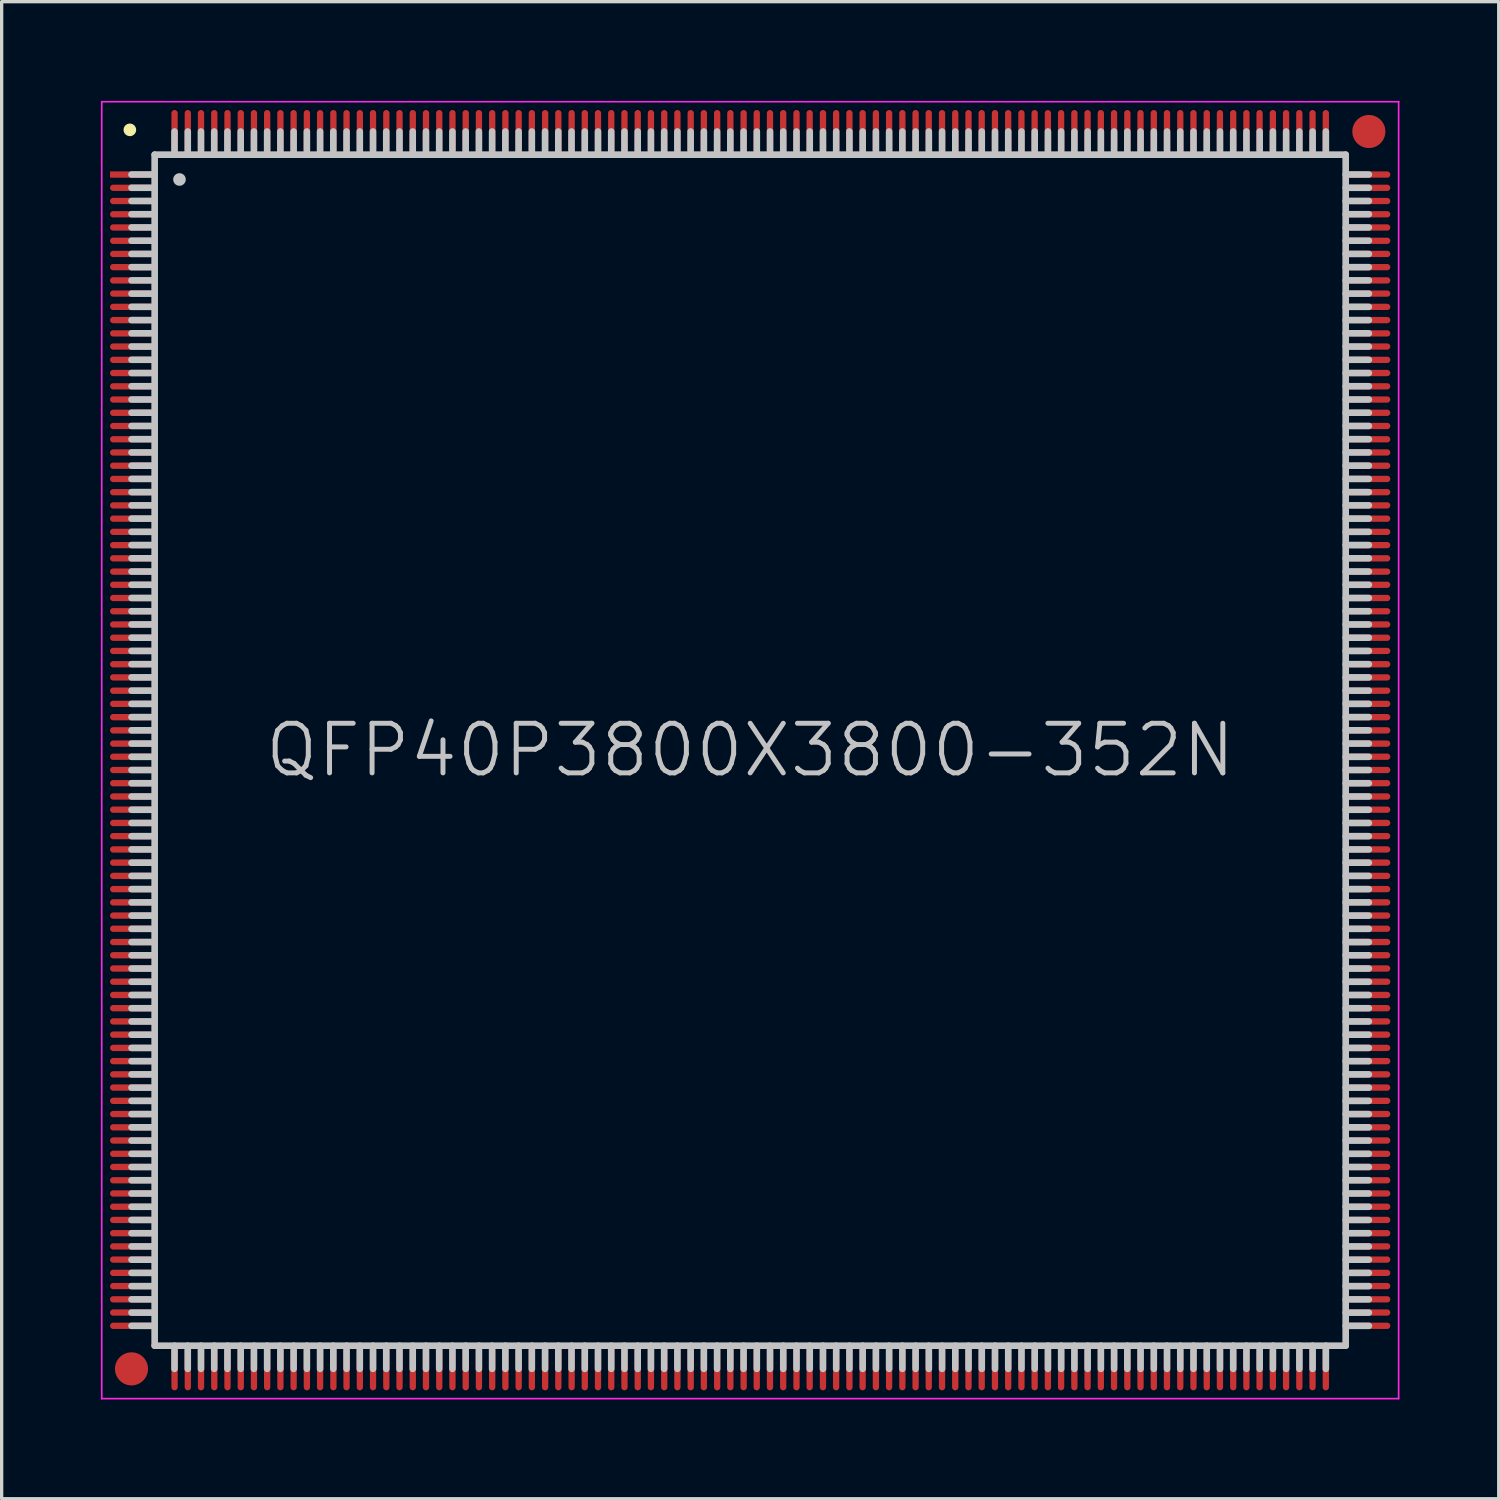
<source format=kicad_pcb>
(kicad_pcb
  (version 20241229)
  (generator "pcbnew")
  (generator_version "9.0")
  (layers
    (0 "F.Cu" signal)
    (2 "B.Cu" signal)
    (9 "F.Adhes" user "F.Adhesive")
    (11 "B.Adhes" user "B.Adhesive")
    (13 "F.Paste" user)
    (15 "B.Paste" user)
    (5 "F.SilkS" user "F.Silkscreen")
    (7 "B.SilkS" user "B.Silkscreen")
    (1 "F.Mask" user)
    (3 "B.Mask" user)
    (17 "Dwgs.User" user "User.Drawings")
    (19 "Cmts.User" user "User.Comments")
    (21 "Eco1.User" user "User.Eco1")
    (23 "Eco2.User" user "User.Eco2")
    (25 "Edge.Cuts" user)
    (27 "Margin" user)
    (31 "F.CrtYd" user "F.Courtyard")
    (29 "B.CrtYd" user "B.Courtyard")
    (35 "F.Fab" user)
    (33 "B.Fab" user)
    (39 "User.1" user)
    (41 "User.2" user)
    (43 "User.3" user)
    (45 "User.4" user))
  (footprint "QFP40P3800X3800-352N"
    (layer "F.Cu")
    (at 19.625 19.625)
    (property "Reference" "QFP40P3800X3800-352N" (at 0 0 0) (layer "Dwgs.User") (effects (font (size 1.5 1.5) (thickness 0.15))))
    (attr smd)
    (fp_line (start -18.75 -18.75) (end -18.75 -18.75) (stroke (width 0.381) (type solid)) (layer "F.SilkS"))
    (fp_line (start -18 -18) (end -18 18) (stroke (width 0.2) (type solid)) (layer "Dwgs.User"))
    (fp_line (start -18 -18) (end 18 -18) (stroke (width 0.2) (type solid)) (layer "Dwgs.User"))
    (fp_line (start -18 -17.4) (end -18.7 -17.4) (stroke (width 0.2) (type solid)) (layer "Dwgs.User"))
    (fp_line (start -18 -17) (end -18.7 -17) (stroke (width 0.2) (type solid)) (layer "Dwgs.User"))
    (fp_line (start -18 -16.6) (end -18.7 -16.6) (stroke (width 0.2) (type solid)) (layer "Dwgs.User"))
    (fp_line (start -18 -16.2) (end -18.7 -16.2) (stroke (width 0.2) (type solid)) (layer "Dwgs.User"))
    (fp_line (start -18 -15.8) (end -18.7 -15.8) (stroke (width 0.2) (type solid)) (layer "Dwgs.User"))
    (fp_line (start -18 -15.4) (end -18.7 -15.4) (stroke (width 0.2) (type solid)) (layer "Dwgs.User"))
    (fp_line (start -18 -15) (end -18.7 -15) (stroke (width 0.2) (type solid)) (layer "Dwgs.User"))
    (fp_line (start -18 -14.6) (end -18.7 -14.6) (stroke (width 0.2) (type solid)) (layer "Dwgs.User"))
    (fp_line (start -18 -14.2) (end -18.7 -14.2) (stroke (width 0.2) (type solid)) (layer "Dwgs.User"))
    (fp_line (start -18 -13.8) (end -18.7 -13.8) (stroke (width 0.2) (type solid)) (layer "Dwgs.User"))
    (fp_line (start -18 -13.4) (end -18.7 -13.4) (stroke (width 0.2) (type solid)) (layer "Dwgs.User"))
    (fp_line (start -18 -13) (end -18.7 -13) (stroke (width 0.2) (type solid)) (layer "Dwgs.User"))
    (fp_line (start -18 -12.6) (end -18.7 -12.6) (stroke (width 0.2) (type solid)) (layer "Dwgs.User"))
    (fp_line (start -18 -12.2) (end -18.7 -12.2) (stroke (width 0.2) (type solid)) (layer "Dwgs.User"))
    (fp_line (start -18 -11.8) (end -18.7 -11.8) (stroke (width 0.2) (type solid)) (layer "Dwgs.User"))
    (fp_line (start -18 -11.4) (end -18.7 -11.4) (stroke (width 0.2) (type solid)) (layer "Dwgs.User"))
    (fp_line (start -18 -11) (end -18.7 -11) (stroke (width 0.2) (type solid)) (layer "Dwgs.User"))
    (fp_line (start -18 -10.6) (end -18.7 -10.6) (stroke (width 0.2) (type solid)) (layer "Dwgs.User"))
    (fp_line (start -18 -10.2) (end -18.7 -10.2) (stroke (width 0.2) (type solid)) (layer "Dwgs.User"))
    (fp_line (start -18 -9.8) (end -18.7 -9.8) (stroke (width 0.2) (type solid)) (layer "Dwgs.User"))
    (fp_line (start -18 -9.4) (end -18.7 -9.4) (stroke (width 0.2) (type solid)) (layer "Dwgs.User"))
    (fp_line (start -18 -9) (end -18.7 -9) (stroke (width 0.2) (type solid)) (layer "Dwgs.User"))
    (fp_line (start -18 -8.6) (end -18.7 -8.6) (stroke (width 0.2) (type solid)) (layer "Dwgs.User"))
    (fp_line (start -18 -8.2) (end -18.7 -8.2) (stroke (width 0.2) (type solid)) (layer "Dwgs.User"))
    (fp_line (start -18 -7.8) (end -18.7 -7.8) (stroke (width 0.2) (type solid)) (layer "Dwgs.User"))
    (fp_line (start -18 -7.4) (end -18.7 -7.4) (stroke (width 0.2) (type solid)) (layer "Dwgs.User"))
    (fp_line (start -18 -7) (end -18.7 -7) (stroke (width 0.2) (type solid)) (layer "Dwgs.User"))
    (fp_line (start -18 -6.6) (end -18.7 -6.6) (stroke (width 0.2) (type solid)) (layer "Dwgs.User"))
    (fp_line (start -18 -6.2) (end -18.7 -6.2) (stroke (width 0.2) (type solid)) (layer "Dwgs.User"))
    (fp_line (start -18 -5.8) (end -18.7 -5.8) (stroke (width 0.2) (type solid)) (layer "Dwgs.User"))
    (fp_line (start -18 -5.4) (end -18.7 -5.4) (stroke (width 0.2) (type solid)) (layer "Dwgs.User"))
    (fp_line (start -18 -5) (end -18.7 -5) (stroke (width 0.2) (type solid)) (layer "Dwgs.User"))
    (fp_line (start -18 -4.6) (end -18.7 -4.6) (stroke (width 0.2) (type solid)) (layer "Dwgs.User"))
    (fp_line (start -18 -4.2) (end -18.7 -4.2) (stroke (width 0.2) (type solid)) (layer "Dwgs.User"))
    (fp_line (start -18 -3.8) (end -18.7 -3.8) (stroke (width 0.2) (type solid)) (layer "Dwgs.User"))
    (fp_line (start -18 -3.4) (end -18.7 -3.4) (stroke (width 0.2) (type solid)) (layer "Dwgs.User"))
    (fp_line (start -18 -3) (end -18.7 -3) (stroke (width 0.2) (type solid)) (layer "Dwgs.User"))
    (fp_line (start -18 -2.6) (end -18.7 -2.6) (stroke (width 0.2) (type solid)) (layer "Dwgs.User"))
    (fp_line (start -18 -2.2) (end -18.7 -2.2) (stroke (width 0.2) (type solid)) (layer "Dwgs.User"))
    (fp_line (start -18 -1.8) (end -18.7 -1.8) (stroke (width 0.2) (type solid)) (layer "Dwgs.User"))
    (fp_line (start -18 -1.4) (end -18.7 -1.4) (stroke (width 0.2) (type solid)) (layer "Dwgs.User"))
    (fp_line (start -18 -1) (end -18.7 -1) (stroke (width 0.2) (type solid)) (layer "Dwgs.User"))
    (fp_line (start -18 -0.6) (end -18.7 -0.6) (stroke (width 0.2) (type solid)) (layer "Dwgs.User"))
    (fp_line (start -18 -0.2) (end -18.7 -0.2) (stroke (width 0.2) (type solid)) (layer "Dwgs.User"))
    (fp_line (start -18 0.2) (end -18.7 0.2) (stroke (width 0.2) (type solid)) (layer "Dwgs.User"))
    (fp_line (start -18 0.6) (end -18.7 0.6) (stroke (width 0.2) (type solid)) (layer "Dwgs.User"))
    (fp_line (start -18 1) (end -18.7 1) (stroke (width 0.2) (type solid)) (layer "Dwgs.User"))
    (fp_line (start -18 1.4) (end -18.7 1.4) (stroke (width 0.2) (type solid)) (layer "Dwgs.User"))
    (fp_line (start -18 1.8) (end -18.7 1.8) (stroke (width 0.2) (type solid)) (layer "Dwgs.User"))
    (fp_line (start -18 2.2) (end -18.7 2.2) (stroke (width 0.2) (type solid)) (layer "Dwgs.User"))
    (fp_line (start -18 2.6) (end -18.7 2.6) (stroke (width 0.2) (type solid)) (layer "Dwgs.User"))
    (fp_line (start -18 3) (end -18.7 3) (stroke (width 0.2) (type solid)) (layer "Dwgs.User"))
    (fp_line (start -18 3.4) (end -18.7 3.4) (stroke (width 0.2) (type solid)) (layer "Dwgs.User"))
    (fp_line (start -18 3.8) (end -18.7 3.8) (stroke (width 0.2) (type solid)) (layer "Dwgs.User"))
    (fp_line (start -18 4.2) (end -18.7 4.2) (stroke (width 0.2) (type solid)) (layer "Dwgs.User"))
    (fp_line (start -18 4.6) (end -18.7 4.6) (stroke (width 0.2) (type solid)) (layer "Dwgs.User"))
    (fp_line (start -18 5) (end -18.7 5) (stroke (width 0.2) (type solid)) (layer "Dwgs.User"))
    (fp_line (start -18 5.4) (end -18.7 5.4) (stroke (width 0.2) (type solid)) (layer "Dwgs.User"))
    (fp_line (start -18 5.8) (end -18.7 5.8) (stroke (width 0.2) (type solid)) (layer "Dwgs.User"))
    (fp_line (start -18 6.2) (end -18.7 6.2) (stroke (width 0.2) (type solid)) (layer "Dwgs.User"))
    (fp_line (start -18 6.6) (end -18.7 6.6) (stroke (width 0.2) (type solid)) (layer "Dwgs.User"))
    (fp_line (start -18 7) (end -18.7 7) (stroke (width 0.2) (type solid)) (layer "Dwgs.User"))
    (fp_line (start -18 7.4) (end -18.7 7.4) (stroke (width 0.2) (type solid)) (layer "Dwgs.User"))
    (fp_line (start -18 7.8) (end -18.7 7.8) (stroke (width 0.2) (type solid)) (layer "Dwgs.User"))
    (fp_line (start -18 8.2) (end -18.7 8.2) (stroke (width 0.2) (type solid)) (layer "Dwgs.User"))
    (fp_line (start -18 8.6) (end -18.7 8.6) (stroke (width 0.2) (type solid)) (layer "Dwgs.User"))
    (fp_line (start -18 9) (end -18.7 9) (stroke (width 0.2) (type solid)) (layer "Dwgs.User"))
    (fp_line (start -18 9.4) (end -18.7 9.4) (stroke (width 0.2) (type solid)) (layer "Dwgs.User"))
    (fp_line (start -18 9.8) (end -18.7 9.8) (stroke (width 0.2) (type solid)) (layer "Dwgs.User"))
    (fp_line (start -18 10.2) (end -18.7 10.2) (stroke (width 0.2) (type solid)) (layer "Dwgs.User"))
    (fp_line (start -18 10.6) (end -18.7 10.6) (stroke (width 0.2) (type solid)) (layer "Dwgs.User"))
    (fp_line (start -18 11) (end -18.7 11) (stroke (width 0.2) (type solid)) (layer "Dwgs.User"))
    (fp_line (start -18 11.4) (end -18.7 11.4) (stroke (width 0.2) (type solid)) (layer "Dwgs.User"))
    (fp_line (start -18 11.8) (end -18.7 11.8) (stroke (width 0.2) (type solid)) (layer "Dwgs.User"))
    (fp_line (start -18 12.2) (end -18.7 12.2) (stroke (width 0.2) (type solid)) (layer "Dwgs.User"))
    (fp_line (start -18 12.6) (end -18.7 12.6) (stroke (width 0.2) (type solid)) (layer "Dwgs.User"))
    (fp_line (start -18 13) (end -18.7 13) (stroke (width 0.2) (type solid)) (layer "Dwgs.User"))
    (fp_line (start -18 13.4) (end -18.7 13.4) (stroke (width 0.2) (type solid)) (layer "Dwgs.User"))
    (fp_line (start -18 13.8) (end -18.7 13.8) (stroke (width 0.2) (type solid)) (layer "Dwgs.User"))
    (fp_line (start -18 14.2) (end -18.7 14.2) (stroke (width 0.2) (type solid)) (layer "Dwgs.User"))
    (fp_line (start -18 14.6) (end -18.7 14.6) (stroke (width 0.2) (type solid)) (layer "Dwgs.User"))
    (fp_line (start -18 15) (end -18.7 15) (stroke (width 0.2) (type solid)) (layer "Dwgs.User"))
    (fp_line (start -18 15.4) (end -18.7 15.4) (stroke (width 0.2) (type solid)) (layer "Dwgs.User"))
    (fp_line (start -18 15.8) (end -18.7 15.8) (stroke (width 0.2) (type solid)) (layer "Dwgs.User"))
    (fp_line (start -18 16.2) (end -18.7 16.2) (stroke (width 0.2) (type solid)) (layer "Dwgs.User"))
    (fp_line (start -18 16.6) (end -18.7 16.6) (stroke (width 0.2) (type solid)) (layer "Dwgs.User"))
    (fp_line (start -18 17) (end -18.7 17) (stroke (width 0.2) (type solid)) (layer "Dwgs.User"))
    (fp_line (start -18 17.4) (end -18.7 17.4) (stroke (width 0.2) (type solid)) (layer "Dwgs.User"))
    (fp_line (start -18 18) (end 18 18) (stroke (width 0.2) (type solid)) (layer "Dwgs.User"))
    (fp_line (start -17.4 -18) (end -17.4 -18.7) (stroke (width 0.2) (type solid)) (layer "Dwgs.User"))
    (fp_line (start -17.4 18.7) (end -17.4 18) (stroke (width 0.2) (type solid)) (layer "Dwgs.User"))
    (fp_line (start -17.25 -17.25) (end -17.25 -17.25) (stroke (width 0.381) (type solid)) (layer "Dwgs.User"))
    (fp_line (start -17 -18) (end -17 -18.7) (stroke (width 0.2) (type solid)) (layer "Dwgs.User"))
    (fp_line (start -17 18.7) (end -17 18) (stroke (width 0.2) (type solid)) (layer "Dwgs.User"))
    (fp_line (start -16.6 -18) (end -16.6 -18.7) (stroke (width 0.2) (type solid)) (layer "Dwgs.User"))
    (fp_line (start -16.6 18.7) (end -16.6 18) (stroke (width 0.2) (type solid)) (layer "Dwgs.User"))
    (fp_line (start -16.2 -18) (end -16.2 -18.7) (stroke (width 0.2) (type solid)) (layer "Dwgs.User"))
    (fp_line (start -16.2 18.7) (end -16.2 18) (stroke (width 0.2) (type solid)) (layer "Dwgs.User"))
    (fp_line (start -15.8 -18) (end -15.8 -18.7) (stroke (width 0.2) (type solid)) (layer "Dwgs.User"))
    (fp_line (start -15.8 18.7) (end -15.8 18) (stroke (width 0.2) (type solid)) (layer "Dwgs.User"))
    (fp_line (start -15.4 -18) (end -15.4 -18.7) (stroke (width 0.2) (type solid)) (layer "Dwgs.User"))
    (fp_line (start -15.4 18.7) (end -15.4 18) (stroke (width 0.2) (type solid)) (layer "Dwgs.User"))
    (fp_line (start -15 -18) (end -15 -18.7) (stroke (width 0.2) (type solid)) (layer "Dwgs.User"))
    (fp_line (start -15 18.7) (end -15 18) (stroke (width 0.2) (type solid)) (layer "Dwgs.User"))
    (fp_line (start -14.6 -18) (end -14.6 -18.7) (stroke (width 0.2) (type solid)) (layer "Dwgs.User"))
    (fp_line (start -14.6 18.7) (end -14.6 18) (stroke (width 0.2) (type solid)) (layer "Dwgs.User"))
    (fp_line (start -14.2 -18) (end -14.2 -18.7) (stroke (width 0.2) (type solid)) (layer "Dwgs.User"))
    (fp_line (start -14.2 18.7) (end -14.2 18) (stroke (width 0.2) (type solid)) (layer "Dwgs.User"))
    (fp_line (start -13.8 -18) (end -13.8 -18.7) (stroke (width 0.2) (type solid)) (layer "Dwgs.User"))
    (fp_line (start -13.8 18.7) (end -13.8 18) (stroke (width 0.2) (type solid)) (layer "Dwgs.User"))
    (fp_line (start -13.4 -18) (end -13.4 -18.7) (stroke (width 0.2) (type solid)) (layer "Dwgs.User"))
    (fp_line (start -13.4 18.7) (end -13.4 18) (stroke (width 0.2) (type solid)) (layer "Dwgs.User"))
    (fp_line (start -13 -18) (end -13 -18.7) (stroke (width 0.2) (type solid)) (layer "Dwgs.User"))
    (fp_line (start -13 18.7) (end -13 18) (stroke (width 0.2) (type solid)) (layer "Dwgs.User"))
    (fp_line (start -12.6 -18) (end -12.6 -18.7) (stroke (width 0.2) (type solid)) (layer "Dwgs.User"))
    (fp_line (start -12.6 18.7) (end -12.6 18) (stroke (width 0.2) (type solid)) (layer "Dwgs.User"))
    (fp_line (start -12.2 -18) (end -12.2 -18.7) (stroke (width 0.2) (type solid)) (layer "Dwgs.User"))
    (fp_line (start -12.2 18.7) (end -12.2 18) (stroke (width 0.2) (type solid)) (layer "Dwgs.User"))
    (fp_line (start -11.8 -18) (end -11.8 -18.7) (stroke (width 0.2) (type solid)) (layer "Dwgs.User"))
    (fp_line (start -11.8 18.7) (end -11.8 18) (stroke (width 0.2) (type solid)) (layer "Dwgs.User"))
    (fp_line (start -11.4 -18) (end -11.4 -18.7) (stroke (width 0.2) (type solid)) (layer "Dwgs.User"))
    (fp_line (start -11.4 18.7) (end -11.4 18) (stroke (width 0.2) (type solid)) (layer "Dwgs.User"))
    (fp_line (start -11 -18) (end -11 -18.7) (stroke (width 0.2) (type solid)) (layer "Dwgs.User"))
    (fp_line (start -11 18.7) (end -11 18) (stroke (width 0.2) (type solid)) (layer "Dwgs.User"))
    (fp_line (start -10.6 -18) (end -10.6 -18.7) (stroke (width 0.2) (type solid)) (layer "Dwgs.User"))
    (fp_line (start -10.6 18.7) (end -10.6 18) (stroke (width 0.2) (type solid)) (layer "Dwgs.User"))
    (fp_line (start -10.2 -18) (end -10.2 -18.7) (stroke (width 0.2) (type solid)) (layer "Dwgs.User"))
    (fp_line (start -10.2 18.7) (end -10.2 18) (stroke (width 0.2) (type solid)) (layer "Dwgs.User"))
    (fp_line (start -9.8 -18) (end -9.8 -18.7) (stroke (width 0.2) (type solid)) (layer "Dwgs.User"))
    (fp_line (start -9.8 18.7) (end -9.8 18) (stroke (width 0.2) (type solid)) (layer "Dwgs.User"))
    (fp_line (start -9.4 -18) (end -9.4 -18.7) (stroke (width 0.2) (type solid)) (layer "Dwgs.User"))
    (fp_line (start -9.4 18.7) (end -9.4 18) (stroke (width 0.2) (type solid)) (layer "Dwgs.User"))
    (fp_line (start -9 -18) (end -9 -18.7) (stroke (width 0.2) (type solid)) (layer "Dwgs.User"))
    (fp_line (start -9 18.7) (end -9 18) (stroke (width 0.2) (type solid)) (layer "Dwgs.User"))
    (fp_line (start -8.6 -18) (end -8.6 -18.7) (stroke (width 0.2) (type solid)) (layer "Dwgs.User"))
    (fp_line (start -8.6 18.7) (end -8.6 18) (stroke (width 0.2) (type solid)) (layer "Dwgs.User"))
    (fp_line (start -8.2 -18) (end -8.2 -18.7) (stroke (width 0.2) (type solid)) (layer "Dwgs.User"))
    (fp_line (start -8.2 18.7) (end -8.2 18) (stroke (width 0.2) (type solid)) (layer "Dwgs.User"))
    (fp_line (start -7.8 -18) (end -7.8 -18.7) (stroke (width 0.2) (type solid)) (layer "Dwgs.User"))
    (fp_line (start -7.8 18.7) (end -7.8 18) (stroke (width 0.2) (type solid)) (layer "Dwgs.User"))
    (fp_line (start -7.4 -18) (end -7.4 -18.7) (stroke (width 0.2) (type solid)) (layer "Dwgs.User"))
    (fp_line (start -7.4 18.7) (end -7.4 18) (stroke (width 0.2) (type solid)) (layer "Dwgs.User"))
    (fp_line (start -7 -18) (end -7 -18.7) (stroke (width 0.2) (type solid)) (layer "Dwgs.User"))
    (fp_line (start -7 18.7) (end -7 18) (stroke (width 0.2) (type solid)) (layer "Dwgs.User"))
    (fp_line (start -6.6 -18) (end -6.6 -18.7) (stroke (width 0.2) (type solid)) (layer "Dwgs.User"))
    (fp_line (start -6.6 18.7) (end -6.6 18) (stroke (width 0.2) (type solid)) (layer "Dwgs.User"))
    (fp_line (start -6.2 -18) (end -6.2 -18.7) (stroke (width 0.2) (type solid)) (layer "Dwgs.User"))
    (fp_line (start -6.2 18.7) (end -6.2 18) (stroke (width 0.2) (type solid)) (layer "Dwgs.User"))
    (fp_line (start -5.8 -18) (end -5.8 -18.7) (stroke (width 0.2) (type solid)) (layer "Dwgs.User"))
    (fp_line (start -5.8 18.7) (end -5.8 18) (stroke (width 0.2) (type solid)) (layer "Dwgs.User"))
    (fp_line (start -5.4 -18) (end -5.4 -18.7) (stroke (width 0.2) (type solid)) (layer "Dwgs.User"))
    (fp_line (start -5.4 18.7) (end -5.4 18) (stroke (width 0.2) (type solid)) (layer "Dwgs.User"))
    (fp_line (start -5 -18) (end -5 -18.7) (stroke (width 0.2) (type solid)) (layer "Dwgs.User"))
    (fp_line (start -5 18.7) (end -5 18) (stroke (width 0.2) (type solid)) (layer "Dwgs.User"))
    (fp_line (start -4.6 -18) (end -4.6 -18.7) (stroke (width 0.2) (type solid)) (layer "Dwgs.User"))
    (fp_line (start -4.6 18.7) (end -4.6 18) (stroke (width 0.2) (type solid)) (layer "Dwgs.User"))
    (fp_line (start -4.2 -18) (end -4.2 -18.7) (stroke (width 0.2) (type solid)) (layer "Dwgs.User"))
    (fp_line (start -4.2 18.7) (end -4.2 18) (stroke (width 0.2) (type solid)) (layer "Dwgs.User"))
    (fp_line (start -3.8 -18) (end -3.8 -18.7) (stroke (width 0.2) (type solid)) (layer "Dwgs.User"))
    (fp_line (start -3.8 18.7) (end -3.8 18) (stroke (width 0.2) (type solid)) (layer "Dwgs.User"))
    (fp_line (start -3.4 -18) (end -3.4 -18.7) (stroke (width 0.2) (type solid)) (layer "Dwgs.User"))
    (fp_line (start -3.4 18.7) (end -3.4 18) (stroke (width 0.2) (type solid)) (layer "Dwgs.User"))
    (fp_line (start -3 -18) (end -3 -18.7) (stroke (width 0.2) (type solid)) (layer "Dwgs.User"))
    (fp_line (start -3 18.7) (end -3 18) (stroke (width 0.2) (type solid)) (layer "Dwgs.User"))
    (fp_line (start -2.6 -18) (end -2.6 -18.7) (stroke (width 0.2) (type solid)) (layer "Dwgs.User"))
    (fp_line (start -2.6 18.7) (end -2.6 18) (stroke (width 0.2) (type solid)) (layer "Dwgs.User"))
    (fp_line (start -2.2 -18) (end -2.2 -18.7) (stroke (width 0.2) (type solid)) (layer "Dwgs.User"))
    (fp_line (start -2.2 18.7) (end -2.2 18) (stroke (width 0.2) (type solid)) (layer "Dwgs.User"))
    (fp_line (start -1.8 -18) (end -1.8 -18.7) (stroke (width 0.2) (type solid)) (layer "Dwgs.User"))
    (fp_line (start -1.8 18.7) (end -1.8 18) (stroke (width 0.2) (type solid)) (layer "Dwgs.User"))
    (fp_line (start -1.4 -18) (end -1.4 -18.7) (stroke (width 0.2) (type solid)) (layer "Dwgs.User"))
    (fp_line (start -1.4 18.7) (end -1.4 18) (stroke (width 0.2) (type solid)) (layer "Dwgs.User"))
    (fp_line (start -1 -18) (end -1 -18.7) (stroke (width 0.2) (type solid)) (layer "Dwgs.User"))
    (fp_line (start -1 18.7) (end -1 18) (stroke (width 0.2) (type solid)) (layer "Dwgs.User"))
    (fp_line (start -0.6 -18) (end -0.6 -18.7) (stroke (width 0.2) (type solid)) (layer "Dwgs.User"))
    (fp_line (start -0.6 18.7) (end -0.6 18) (stroke (width 0.2) (type solid)) (layer "Dwgs.User"))
    (fp_line (start -0.2 -18) (end -0.2 -18.7) (stroke (width 0.2) (type solid)) (layer "Dwgs.User"))
    (fp_line (start -0.2 18.7) (end -0.2 18) (stroke (width 0.2) (type solid)) (layer "Dwgs.User"))
    (fp_line (start 0.2 -18) (end 0.2 -18.7) (stroke (width 0.2) (type solid)) (layer "Dwgs.User"))
    (fp_line (start 0.2 18.7) (end 0.2 18) (stroke (width 0.2) (type solid)) (layer "Dwgs.User"))
    (fp_line (start 0.6 -18) (end 0.6 -18.7) (stroke (width 0.2) (type solid)) (layer "Dwgs.User"))
    (fp_line (start 0.6 18.7) (end 0.6 18) (stroke (width 0.2) (type solid)) (layer "Dwgs.User"))
    (fp_line (start 1 -18) (end 1 -18.7) (stroke (width 0.2) (type solid)) (layer "Dwgs.User"))
    (fp_line (start 1 18.7) (end 1 18) (stroke (width 0.2) (type solid)) (layer "Dwgs.User"))
    (fp_line (start 1.4 -18) (end 1.4 -18.7) (stroke (width 0.2) (type solid)) (layer "Dwgs.User"))
    (fp_line (start 1.4 18.7) (end 1.4 18) (stroke (width 0.2) (type solid)) (layer "Dwgs.User"))
    (fp_line (start 1.8 -18) (end 1.8 -18.7) (stroke (width 0.2) (type solid)) (layer "Dwgs.User"))
    (fp_line (start 1.8 18.7) (end 1.8 18) (stroke (width 0.2) (type solid)) (layer "Dwgs.User"))
    (fp_line (start 2.2 -18) (end 2.2 -18.7) (stroke (width 0.2) (type solid)) (layer "Dwgs.User"))
    (fp_line (start 2.2 18.7) (end 2.2 18) (stroke (width 0.2) (type solid)) (layer "Dwgs.User"))
    (fp_line (start 2.6 -18) (end 2.6 -18.7) (stroke (width 0.2) (type solid)) (layer "Dwgs.User"))
    (fp_line (start 2.6 18.7) (end 2.6 18) (stroke (width 0.2) (type solid)) (layer "Dwgs.User"))
    (fp_line (start 3 -18) (end 3 -18.7) (stroke (width 0.2) (type solid)) (layer "Dwgs.User"))
    (fp_line (start 3 18.7) (end 3 18) (stroke (width 0.2) (type solid)) (layer "Dwgs.User"))
    (fp_line (start 3.4 -18) (end 3.4 -18.7) (stroke (width 0.2) (type solid)) (layer "Dwgs.User"))
    (fp_line (start 3.4 18.7) (end 3.4 18) (stroke (width 0.2) (type solid)) (layer "Dwgs.User"))
    (fp_line (start 3.8 -18) (end 3.8 -18.7) (stroke (width 0.2) (type solid)) (layer "Dwgs.User"))
    (fp_line (start 3.8 18.7) (end 3.8 18) (stroke (width 0.2) (type solid)) (layer "Dwgs.User"))
    (fp_line (start 4.2 -18) (end 4.2 -18.7) (stroke (width 0.2) (type solid)) (layer "Dwgs.User"))
    (fp_line (start 4.2 18.7) (end 4.2 18) (stroke (width 0.2) (type solid)) (layer "Dwgs.User"))
    (fp_line (start 4.6 -18) (end 4.6 -18.7) (stroke (width 0.2) (type solid)) (layer "Dwgs.User"))
    (fp_line (start 4.6 18.7) (end 4.6 18) (stroke (width 0.2) (type solid)) (layer "Dwgs.User"))
    (fp_line (start 5 -18) (end 5 -18.7) (stroke (width 0.2) (type solid)) (layer "Dwgs.User"))
    (fp_line (start 5 18.7) (end 5 18) (stroke (width 0.2) (type solid)) (layer "Dwgs.User"))
    (fp_line (start 5.4 -18) (end 5.4 -18.7) (stroke (width 0.2) (type solid)) (layer "Dwgs.User"))
    (fp_line (start 5.4 18.7) (end 5.4 18) (stroke (width 0.2) (type solid)) (layer "Dwgs.User"))
    (fp_line (start 5.8 -18) (end 5.8 -18.7) (stroke (width 0.2) (type solid)) (layer "Dwgs.User"))
    (fp_line (start 5.8 18.7) (end 5.8 18) (stroke (width 0.2) (type solid)) (layer "Dwgs.User"))
    (fp_line (start 6.2 -18) (end 6.2 -18.7) (stroke (width 0.2) (type solid)) (layer "Dwgs.User"))
    (fp_line (start 6.2 18.7) (end 6.2 18) (stroke (width 0.2) (type solid)) (layer "Dwgs.User"))
    (fp_line (start 6.6 -18) (end 6.6 -18.7) (stroke (width 0.2) (type solid)) (layer "Dwgs.User"))
    (fp_line (start 6.6 18.7) (end 6.6 18) (stroke (width 0.2) (type solid)) (layer "Dwgs.User"))
    (fp_line (start 7 -18) (end 7 -18.7) (stroke (width 0.2) (type solid)) (layer "Dwgs.User"))
    (fp_line (start 7 18.7) (end 7 18) (stroke (width 0.2) (type solid)) (layer "Dwgs.User"))
    (fp_line (start 7.4 -18) (end 7.4 -18.7) (stroke (width 0.2) (type solid)) (layer "Dwgs.User"))
    (fp_line (start 7.4 18.7) (end 7.4 18) (stroke (width 0.2) (type solid)) (layer "Dwgs.User"))
    (fp_line (start 7.8 -18) (end 7.8 -18.7) (stroke (width 0.2) (type solid)) (layer "Dwgs.User"))
    (fp_line (start 7.8 18.7) (end 7.8 18) (stroke (width 0.2) (type solid)) (layer "Dwgs.User"))
    (fp_line (start 8.2 -18) (end 8.2 -18.7) (stroke (width 0.2) (type solid)) (layer "Dwgs.User"))
    (fp_line (start 8.2 18.7) (end 8.2 18) (stroke (width 0.2) (type solid)) (layer "Dwgs.User"))
    (fp_line (start 8.6 -18) (end 8.6 -18.7) (stroke (width 0.2) (type solid)) (layer "Dwgs.User"))
    (fp_line (start 8.6 18.7) (end 8.6 18) (stroke (width 0.2) (type solid)) (layer "Dwgs.User"))
    (fp_line (start 9 -18) (end 9 -18.7) (stroke (width 0.2) (type solid)) (layer "Dwgs.User"))
    (fp_line (start 9 18.7) (end 9 18) (stroke (width 0.2) (type solid)) (layer "Dwgs.User"))
    (fp_line (start 9.4 -18) (end 9.4 -18.7) (stroke (width 0.2) (type solid)) (layer "Dwgs.User"))
    (fp_line (start 9.4 18.7) (end 9.4 18) (stroke (width 0.2) (type solid)) (layer "Dwgs.User"))
    (fp_line (start 9.8 -18) (end 9.8 -18.7) (stroke (width 0.2) (type solid)) (layer "Dwgs.User"))
    (fp_line (start 9.8 18.7) (end 9.8 18) (stroke (width 0.2) (type solid)) (layer "Dwgs.User"))
    (fp_line (start 10.2 -18) (end 10.2 -18.7) (stroke (width 0.2) (type solid)) (layer "Dwgs.User"))
    (fp_line (start 10.2 18.7) (end 10.2 18) (stroke (width 0.2) (type solid)) (layer "Dwgs.User"))
    (fp_line (start 10.6 -18) (end 10.6 -18.7) (stroke (width 0.2) (type solid)) (layer "Dwgs.User"))
    (fp_line (start 10.6 18.7) (end 10.6 18) (stroke (width 0.2) (type solid)) (layer "Dwgs.User"))
    (fp_line (start 11 -18) (end 11 -18.7) (stroke (width 0.2) (type solid)) (layer "Dwgs.User"))
    (fp_line (start 11 18.7) (end 11 18) (stroke (width 0.2) (type solid)) (layer "Dwgs.User"))
    (fp_line (start 11.4 -18) (end 11.4 -18.7) (stroke (width 0.2) (type solid)) (layer "Dwgs.User"))
    (fp_line (start 11.4 18.7) (end 11.4 18) (stroke (width 0.2) (type solid)) (layer "Dwgs.User"))
    (fp_line (start 11.8 -18) (end 11.8 -18.7) (stroke (width 0.2) (type solid)) (layer "Dwgs.User"))
    (fp_line (start 11.8 18.7) (end 11.8 18) (stroke (width 0.2) (type solid)) (layer "Dwgs.User"))
    (fp_line (start 12.2 -18) (end 12.2 -18.7) (stroke (width 0.2) (type solid)) (layer "Dwgs.User"))
    (fp_line (start 12.2 18.7) (end 12.2 18) (stroke (width 0.2) (type solid)) (layer "Dwgs.User"))
    (fp_line (start 12.6 -18) (end 12.6 -18.7) (stroke (width 0.2) (type solid)) (layer "Dwgs.User"))
    (fp_line (start 12.6 18.7) (end 12.6 18) (stroke (width 0.2) (type solid)) (layer "Dwgs.User"))
    (fp_line (start 13 -18) (end 13 -18.7) (stroke (width 0.2) (type solid)) (layer "Dwgs.User"))
    (fp_line (start 13 18.7) (end 13 18) (stroke (width 0.2) (type solid)) (layer "Dwgs.User"))
    (fp_line (start 13.4 -18) (end 13.4 -18.7) (stroke (width 0.2) (type solid)) (layer "Dwgs.User"))
    (fp_line (start 13.4 18.7) (end 13.4 18) (stroke (width 0.2) (type solid)) (layer "Dwgs.User"))
    (fp_line (start 13.8 -18) (end 13.8 -18.7) (stroke (width 0.2) (type solid)) (layer "Dwgs.User"))
    (fp_line (start 13.8 18.7) (end 13.8 18) (stroke (width 0.2) (type solid)) (layer "Dwgs.User"))
    (fp_line (start 14.2 -18) (end 14.2 -18.7) (stroke (width 0.2) (type solid)) (layer "Dwgs.User"))
    (fp_line (start 14.2 18.7) (end 14.2 18) (stroke (width 0.2) (type solid)) (layer "Dwgs.User"))
    (fp_line (start 14.6 -18) (end 14.6 -18.7) (stroke (width 0.2) (type solid)) (layer "Dwgs.User"))
    (fp_line (start 14.6 18.7) (end 14.6 18) (stroke (width 0.2) (type solid)) (layer "Dwgs.User"))
    (fp_line (start 15 -18) (end 15 -18.7) (stroke (width 0.2) (type solid)) (layer "Dwgs.User"))
    (fp_line (start 15 18.7) (end 15 18) (stroke (width 0.2) (type solid)) (layer "Dwgs.User"))
    (fp_line (start 15.4 -18) (end 15.4 -18.7) (stroke (width 0.2) (type solid)) (layer "Dwgs.User"))
    (fp_line (start 15.4 18.7) (end 15.4 18) (stroke (width 0.2) (type solid)) (layer "Dwgs.User"))
    (fp_line (start 15.8 -18) (end 15.8 -18.7) (stroke (width 0.2) (type solid)) (layer "Dwgs.User"))
    (fp_line (start 15.8 18.7) (end 15.8 18) (stroke (width 0.2) (type solid)) (layer "Dwgs.User"))
    (fp_line (start 16.2 -18) (end 16.2 -18.7) (stroke (width 0.2) (type solid)) (layer "Dwgs.User"))
    (fp_line (start 16.2 18.7) (end 16.2 18) (stroke (width 0.2) (type solid)) (layer "Dwgs.User"))
    (fp_line (start 16.6 -18) (end 16.6 -18.7) (stroke (width 0.2) (type solid)) (layer "Dwgs.User"))
    (fp_line (start 16.6 18.7) (end 16.6 18) (stroke (width 0.2) (type solid)) (layer "Dwgs.User"))
    (fp_line (start 17 -18) (end 17 -18.7) (stroke (width 0.2) (type solid)) (layer "Dwgs.User"))
    (fp_line (start 17 18.7) (end 17 18) (stroke (width 0.2) (type solid)) (layer "Dwgs.User"))
    (fp_line (start 17.4 -18) (end 17.4 -18.7) (stroke (width 0.2) (type solid)) (layer "Dwgs.User"))
    (fp_line (start 17.4 18.7) (end 17.4 18) (stroke (width 0.2) (type solid)) (layer "Dwgs.User"))
    (fp_line (start 18 -18) (end 18 18) (stroke (width 0.2) (type solid)) (layer "Dwgs.User"))
    (fp_line (start 18.7 -17.4) (end 18 -17.4) (stroke (width 0.2) (type solid)) (layer "Dwgs.User"))
    (fp_line (start 18.7 -17) (end 18 -17) (stroke (width 0.2) (type solid)) (layer "Dwgs.User"))
    (fp_line (start 18.7 -16.6) (end 18 -16.6) (stroke (width 0.2) (type solid)) (layer "Dwgs.User"))
    (fp_line (start 18.7 -16.2) (end 18 -16.2) (stroke (width 0.2) (type solid)) (layer "Dwgs.User"))
    (fp_line (start 18.7 -15.8) (end 18 -15.8) (stroke (width 0.2) (type solid)) (layer "Dwgs.User"))
    (fp_line (start 18.7 -15.4) (end 18 -15.4) (stroke (width 0.2) (type solid)) (layer "Dwgs.User"))
    (fp_line (start 18.7 -15) (end 18 -15) (stroke (width 0.2) (type solid)) (layer "Dwgs.User"))
    (fp_line (start 18.7 -14.6) (end 18 -14.6) (stroke (width 0.2) (type solid)) (layer "Dwgs.User"))
    (fp_line (start 18.7 -14.2) (end 18 -14.2) (stroke (width 0.2) (type solid)) (layer "Dwgs.User"))
    (fp_line (start 18.7 -13.8) (end 18 -13.8) (stroke (width 0.2) (type solid)) (layer "Dwgs.User"))
    (fp_line (start 18.7 -13.4) (end 18 -13.4) (stroke (width 0.2) (type solid)) (layer "Dwgs.User"))
    (fp_line (start 18.7 -13) (end 18 -13) (stroke (width 0.2) (type solid)) (layer "Dwgs.User"))
    (fp_line (start 18.7 -12.6) (end 18 -12.6) (stroke (width 0.2) (type solid)) (layer "Dwgs.User"))
    (fp_line (start 18.7 -12.2) (end 18 -12.2) (stroke (width 0.2) (type solid)) (layer "Dwgs.User"))
    (fp_line (start 18.7 -11.8) (end 18 -11.8) (stroke (width 0.2) (type solid)) (layer "Dwgs.User"))
    (fp_line (start 18.7 -11.4) (end 18 -11.4) (stroke (width 0.2) (type solid)) (layer "Dwgs.User"))
    (fp_line (start 18.7 -11) (end 18 -11) (stroke (width 0.2) (type solid)) (layer "Dwgs.User"))
    (fp_line (start 18.7 -10.6) (end 18 -10.6) (stroke (width 0.2) (type solid)) (layer "Dwgs.User"))
    (fp_line (start 18.7 -10.2) (end 18 -10.2) (stroke (width 0.2) (type solid)) (layer "Dwgs.User"))
    (fp_line (start 18.7 -9.8) (end 18 -9.8) (stroke (width 0.2) (type solid)) (layer "Dwgs.User"))
    (fp_line (start 18.7 -9.4) (end 18 -9.4) (stroke (width 0.2) (type solid)) (layer "Dwgs.User"))
    (fp_line (start 18.7 -9) (end 18 -9) (stroke (width 0.2) (type solid)) (layer "Dwgs.User"))
    (fp_line (start 18.7 -8.6) (end 18 -8.6) (stroke (width 0.2) (type solid)) (layer "Dwgs.User"))
    (fp_line (start 18.7 -8.2) (end 18 -8.2) (stroke (width 0.2) (type solid)) (layer "Dwgs.User"))
    (fp_line (start 18.7 -7.8) (end 18 -7.8) (stroke (width 0.2) (type solid)) (layer "Dwgs.User"))
    (fp_line (start 18.7 -7.4) (end 18 -7.4) (stroke (width 0.2) (type solid)) (layer "Dwgs.User"))
    (fp_line (start 18.7 -7) (end 18 -7) (stroke (width 0.2) (type solid)) (layer "Dwgs.User"))
    (fp_line (start 18.7 -6.6) (end 18 -6.6) (stroke (width 0.2) (type solid)) (layer "Dwgs.User"))
    (fp_line (start 18.7 -6.2) (end 18 -6.2) (stroke (width 0.2) (type solid)) (layer "Dwgs.User"))
    (fp_line (start 18.7 -5.8) (end 18 -5.8) (stroke (width 0.2) (type solid)) (layer "Dwgs.User"))
    (fp_line (start 18.7 -5.4) (end 18 -5.4) (stroke (width 0.2) (type solid)) (layer "Dwgs.User"))
    (fp_line (start 18.7 -5) (end 18 -5) (stroke (width 0.2) (type solid)) (layer "Dwgs.User"))
    (fp_line (start 18.7 -4.6) (end 18 -4.6) (stroke (width 0.2) (type solid)) (layer "Dwgs.User"))
    (fp_line (start 18.7 -4.2) (end 18 -4.2) (stroke (width 0.2) (type solid)) (layer "Dwgs.User"))
    (fp_line (start 18.7 -3.8) (end 18 -3.8) (stroke (width 0.2) (type solid)) (layer "Dwgs.User"))
    (fp_line (start 18.7 -3.4) (end 18 -3.4) (stroke (width 0.2) (type solid)) (layer "Dwgs.User"))
    (fp_line (start 18.7 -3) (end 18 -3) (stroke (width 0.2) (type solid)) (layer "Dwgs.User"))
    (fp_line (start 18.7 -2.6) (end 18 -2.6) (stroke (width 0.2) (type solid)) (layer "Dwgs.User"))
    (fp_line (start 18.7 -2.2) (end 18 -2.2) (stroke (width 0.2) (type solid)) (layer "Dwgs.User"))
    (fp_line (start 18.7 -1.8) (end 18 -1.8) (stroke (width 0.2) (type solid)) (layer "Dwgs.User"))
    (fp_line (start 18.7 -1.4) (end 18 -1.4) (stroke (width 0.2) (type solid)) (layer "Dwgs.User"))
    (fp_line (start 18.7 -1) (end 18 -1) (stroke (width 0.2) (type solid)) (layer "Dwgs.User"))
    (fp_line (start 18.7 -0.6) (end 18 -0.6) (stroke (width 0.2) (type solid)) (layer "Dwgs.User"))
    (fp_line (start 18.7 -0.2) (end 18 -0.2) (stroke (width 0.2) (type solid)) (layer "Dwgs.User"))
    (fp_line (start 18.7 0.2) (end 18 0.2) (stroke (width 0.2) (type solid)) (layer "Dwgs.User"))
    (fp_line (start 18.7 0.6) (end 18 0.6) (stroke (width 0.2) (type solid)) (layer "Dwgs.User"))
    (fp_line (start 18.7 1) (end 18 1) (stroke (width 0.2) (type solid)) (layer "Dwgs.User"))
    (fp_line (start 18.7 1.4) (end 18 1.4) (stroke (width 0.2) (type solid)) (layer "Dwgs.User"))
    (fp_line (start 18.7 1.8) (end 18 1.8) (stroke (width 0.2) (type solid)) (layer "Dwgs.User"))
    (fp_line (start 18.7 2.2) (end 18 2.2) (stroke (width 0.2) (type solid)) (layer "Dwgs.User"))
    (fp_line (start 18.7 2.6) (end 18 2.6) (stroke (width 0.2) (type solid)) (layer "Dwgs.User"))
    (fp_line (start 18.7 3) (end 18 3) (stroke (width 0.2) (type solid)) (layer "Dwgs.User"))
    (fp_line (start 18.7 3.4) (end 18 3.4) (stroke (width 0.2) (type solid)) (layer "Dwgs.User"))
    (fp_line (start 18.7 3.8) (end 18 3.8) (stroke (width 0.2) (type solid)) (layer "Dwgs.User"))
    (fp_line (start 18.7 4.2) (end 18 4.2) (stroke (width 0.2) (type solid)) (layer "Dwgs.User"))
    (fp_line (start 18.7 4.6) (end 18 4.6) (stroke (width 0.2) (type solid)) (layer "Dwgs.User"))
    (fp_line (start 18.7 5) (end 18 5) (stroke (width 0.2) (type solid)) (layer "Dwgs.User"))
    (fp_line (start 18.7 5.4) (end 18 5.4) (stroke (width 0.2) (type solid)) (layer "Dwgs.User"))
    (fp_line (start 18.7 5.8) (end 18 5.8) (stroke (width 0.2) (type solid)) (layer "Dwgs.User"))
    (fp_line (start 18.7 6.2) (end 18 6.2) (stroke (width 0.2) (type solid)) (layer "Dwgs.User"))
    (fp_line (start 18.7 6.6) (end 18 6.6) (stroke (width 0.2) (type solid)) (layer "Dwgs.User"))
    (fp_line (start 18.7 7) (end 18 7) (stroke (width 0.2) (type solid)) (layer "Dwgs.User"))
    (fp_line (start 18.7 7.4) (end 18 7.4) (stroke (width 0.2) (type solid)) (layer "Dwgs.User"))
    (fp_line (start 18.7 7.8) (end 18 7.8) (stroke (width 0.2) (type solid)) (layer "Dwgs.User"))
    (fp_line (start 18.7 8.2) (end 18 8.2) (stroke (width 0.2) (type solid)) (layer "Dwgs.User"))
    (fp_line (start 18.7 8.6) (end 18 8.6) (stroke (width 0.2) (type solid)) (layer "Dwgs.User"))
    (fp_line (start 18.7 9) (end 18 9) (stroke (width 0.2) (type solid)) (layer "Dwgs.User"))
    (fp_line (start 18.7 9.4) (end 18 9.4) (stroke (width 0.2) (type solid)) (layer "Dwgs.User"))
    (fp_line (start 18.7 9.8) (end 18 9.8) (stroke (width 0.2) (type solid)) (layer "Dwgs.User"))
    (fp_line (start 18.7 10.2) (end 18 10.2) (stroke (width 0.2) (type solid)) (layer "Dwgs.User"))
    (fp_line (start 18.7 10.6) (end 18 10.6) (stroke (width 0.2) (type solid)) (layer "Dwgs.User"))
    (fp_line (start 18.7 11) (end 18 11) (stroke (width 0.2) (type solid)) (layer "Dwgs.User"))
    (fp_line (start 18.7 11.4) (end 18 11.4) (stroke (width 0.2) (type solid)) (layer "Dwgs.User"))
    (fp_line (start 18.7 11.8) (end 18 11.8) (stroke (width 0.2) (type solid)) (layer "Dwgs.User"))
    (fp_line (start 18.7 12.2) (end 18 12.2) (stroke (width 0.2) (type solid)) (layer "Dwgs.User"))
    (fp_line (start 18.7 12.6) (end 18 12.6) (stroke (width 0.2) (type solid)) (layer "Dwgs.User"))
    (fp_line (start 18.7 13) (end 18 13) (stroke (width 0.2) (type solid)) (layer "Dwgs.User"))
    (fp_line (start 18.7 13.4) (end 18 13.4) (stroke (width 0.2) (type solid)) (layer "Dwgs.User"))
    (fp_line (start 18.7 13.8) (end 18 13.8) (stroke (width 0.2) (type solid)) (layer "Dwgs.User"))
    (fp_line (start 18.7 14.2) (end 18 14.2) (stroke (width 0.2) (type solid)) (layer "Dwgs.User"))
    (fp_line (start 18.7 14.6) (end 18 14.6) (stroke (width 0.2) (type solid)) (layer "Dwgs.User"))
    (fp_line (start 18.7 15) (end 18 15) (stroke (width 0.2) (type solid)) (layer "Dwgs.User"))
    (fp_line (start 18.7 15.4) (end 18 15.4) (stroke (width 0.2) (type solid)) (layer "Dwgs.User"))
    (fp_line (start 18.7 15.8) (end 18 15.8) (stroke (width 0.2) (type solid)) (layer "Dwgs.User"))
    (fp_line (start 18.7 16.2) (end 18 16.2) (stroke (width 0.2) (type solid)) (layer "Dwgs.User"))
    (fp_line (start 18.7 16.6) (end 18 16.6) (stroke (width 0.2) (type solid)) (layer "Dwgs.User"))
    (fp_line (start 18.7 17) (end 18 17) (stroke (width 0.2) (type solid)) (layer "Dwgs.User"))
    (fp_line (start 18.7 17.4) (end 18 17.4) (stroke (width 0.2) (type solid)) (layer "Dwgs.User"))
    (fp_line (start -19.6 -19.6) (end -19.6 19.6) (stroke (width 0.05) (type solid)) (layer "F.CrtYd"))
    (fp_line (start -19.6 -19.6) (end 19.6 -19.6) (stroke (width 0.05) (type solid)) (layer "F.CrtYd"))
    (fp_line (start -19.6 19.6) (end 19.6 19.6) (stroke (width 0.05) (type solid)) (layer "F.CrtYd"))
    (fp_line (start 19.6 -19.6) (end 19.6 19.6) (stroke (width 0.05) (type solid)) (layer "F.CrtYd"))
    (pad "" smd circle (at -18.7 18.7) (size 1 1) (layers "F.Cu" "F.Mask"))
    (pad "" smd circle (at 18.7 -18.7) (size 1 1) (layers "F.Cu" "F.Mask"))
    (pad "1" smd rect (at -18.699 -17.399 90) (size 0.19 1.3) (layers "F.Cu" "F.Mask" "F.Paste"))
    (pad "2" smd oval (at -18.699 -16.998 90) (size 0.19 1.3) (layers "F.Cu" "F.Mask" "F.Paste"))
    (pad "3" smd oval (at -18.699 -16.599 90) (size 0.19 1.3) (layers "F.Cu" "F.Mask" "F.Paste"))
    (pad "4" smd oval (at -18.699 -16.198 90) (size 0.19 1.3) (layers "F.Cu" "F.Mask" "F.Paste"))
    (pad "5" smd oval (at -18.699 -15.799 90) (size 0.19 1.3) (layers "F.Cu" "F.Mask" "F.Paste"))
    (pad "6" smd oval (at -18.699 -15.397 90) (size 0.19 1.3) (layers "F.Cu" "F.Mask" "F.Paste"))
    (pad "7" smd oval (at -18.699 -14.999 90) (size 0.19 1.3) (layers "F.Cu" "F.Mask" "F.Paste"))
    (pad "8" smd oval (at -18.699 -14.6 90) (size 0.19 1.3) (layers "F.Cu" "F.Mask" "F.Paste"))
    (pad "9" smd oval (at -18.699 -14.199 90) (size 0.19 1.3) (layers "F.Cu" "F.Mask" "F.Paste"))
    (pad "10" smd oval (at -18.699 -13.8 90) (size 0.19 1.3) (layers "F.Cu" "F.Mask" "F.Paste"))
    (pad "11" smd oval (at -18.699 -13.399 90) (size 0.19 1.3) (layers "F.Cu" "F.Mask" "F.Paste"))
    (pad "12" smd oval (at -18.699 -13 90) (size 0.19 1.3) (layers "F.Cu" "F.Mask" "F.Paste"))
    (pad "13" smd oval (at -18.699 -12.598 90) (size 0.19 1.3) (layers "F.Cu" "F.Mask" "F.Paste"))
    (pad "14" smd oval (at -18.699 -12.2 90) (size 0.19 1.3) (layers "F.Cu" "F.Mask" "F.Paste"))
    (pad "15" smd oval (at -18.699 -11.798 90) (size 0.19 1.3) (layers "F.Cu" "F.Mask" "F.Paste"))
    (pad "16" smd oval (at -18.699 -11.4 90) (size 0.19 1.3) (layers "F.Cu" "F.Mask" "F.Paste"))
    (pad "17" smd oval (at -18.699 -10.998 90) (size 0.19 1.3) (layers "F.Cu" "F.Mask" "F.Paste"))
    (pad "18" smd oval (at -18.699 -10.599 90) (size 0.19 1.3) (layers "F.Cu" "F.Mask" "F.Paste"))
    (pad "19" smd oval (at -18.699 -10.198 90) (size 0.19 1.3) (layers "F.Cu" "F.Mask" "F.Paste"))
    (pad "20" smd oval (at -18.699 -9.799 90) (size 0.19 1.3) (layers "F.Cu" "F.Mask" "F.Paste"))
    (pad "21" smd oval (at -18.699 -9.398 90) (size 0.19 1.3) (layers "F.Cu" "F.Mask" "F.Paste"))
    (pad "22" smd oval (at -18.699 -8.999 90) (size 0.19 1.3) (layers "F.Cu" "F.Mask" "F.Paste"))
    (pad "23" smd oval (at -18.699 -8.598 90) (size 0.19 1.3) (layers "F.Cu" "F.Mask" "F.Paste"))
    (pad "24" smd oval (at -18.699 -8.199 90) (size 0.19 1.3) (layers "F.Cu" "F.Mask" "F.Paste"))
    (pad "25" smd oval (at -18.699 -7.798 90) (size 0.19 1.3) (layers "F.Cu" "F.Mask" "F.Paste"))
    (pad "26" smd oval (at -18.699 -7.399 90) (size 0.19 1.3) (layers "F.Cu" "F.Mask" "F.Paste"))
    (pad "27" smd oval (at -18.699 -6.998 90) (size 0.19 1.3) (layers "F.Cu" "F.Mask" "F.Paste"))
    (pad "28" smd oval (at -18.699 -6.599 90) (size 0.19 1.3) (layers "F.Cu" "F.Mask" "F.Paste"))
    (pad "29" smd oval (at -18.699 -6.198 90) (size 0.19 1.3) (layers "F.Cu" "F.Mask" "F.Paste"))
    (pad "30" smd oval (at -18.699 -5.799 90) (size 0.19 1.3) (layers "F.Cu" "F.Mask" "F.Paste"))
    (pad "31" smd oval (at -18.699 -5.397 90) (size 0.19 1.3) (layers "F.Cu" "F.Mask" "F.Paste"))
    (pad "32" smd oval (at -18.699 -4.999 90) (size 0.19 1.3) (layers "F.Cu" "F.Mask" "F.Paste"))
    (pad "33" smd oval (at -18.699 -4.6 90) (size 0.19 1.3) (layers "F.Cu" "F.Mask" "F.Paste"))
    (pad "34" smd oval (at -18.699 -4.199 90) (size 0.19 1.3) (layers "F.Cu" "F.Mask" "F.Paste"))
    (pad "35" smd oval (at -18.699 -3.8 90) (size 0.19 1.3) (layers "F.Cu" "F.Mask" "F.Paste"))
    (pad "36" smd oval (at -18.699 -3.399 90) (size 0.19 1.3) (layers "F.Cu" "F.Mask" "F.Paste"))
    (pad "37" smd oval (at -18.699 -3 90) (size 0.19 1.3) (layers "F.Cu" "F.Mask" "F.Paste"))
    (pad "38" smd oval (at -18.699 -2.598 90) (size 0.19 1.3) (layers "F.Cu" "F.Mask" "F.Paste"))
    (pad "39" smd oval (at -18.699 -2.2 90) (size 0.19 1.3) (layers "F.Cu" "F.Mask" "F.Paste"))
    (pad "40" smd oval (at -18.699 -1.798 90) (size 0.19 1.3) (layers "F.Cu" "F.Mask" "F.Paste"))
    (pad "41" smd oval (at -18.699 -1.4 90) (size 0.19 1.3) (layers "F.Cu" "F.Mask" "F.Paste"))
    (pad "42" smd oval (at -18.699 -0.998 90) (size 0.19 1.3) (layers "F.Cu" "F.Mask" "F.Paste"))
    (pad "43" smd oval (at -18.699 -0.599 90) (size 0.19 1.3) (layers "F.Cu" "F.Mask" "F.Paste"))
    (pad "44" smd oval (at -18.699 -0.198 90) (size 0.19 1.3) (layers "F.Cu" "F.Mask" "F.Paste"))
    (pad "45" smd oval (at -18.699 0.198 90) (size 0.19 1.3) (layers "F.Cu" "F.Mask" "F.Paste"))
    (pad "46" smd oval (at -18.699 0.599 90) (size 0.19 1.3) (layers "F.Cu" "F.Mask" "F.Paste"))
    (pad "47" smd oval (at -18.699 0.998 90) (size 0.19 1.3) (layers "F.Cu" "F.Mask" "F.Paste"))
    (pad "48" smd oval (at -18.699 1.4 90) (size 0.19 1.3) (layers "F.Cu" "F.Mask" "F.Paste"))
    (pad "49" smd oval (at -18.699 1.798 90) (size 0.19 1.3) (layers "F.Cu" "F.Mask" "F.Paste"))
    (pad "50" smd oval (at -18.699 2.2 90) (size 0.19 1.3) (layers "F.Cu" "F.Mask" "F.Paste"))
    (pad "51" smd oval (at -18.699 2.598 90) (size 0.19 1.3) (layers "F.Cu" "F.Mask" "F.Paste"))
    (pad "52" smd oval (at -18.699 3 90) (size 0.19 1.3) (layers "F.Cu" "F.Mask" "F.Paste"))
    (pad "53" smd oval (at -18.699 3.399 90) (size 0.19 1.3) (layers "F.Cu" "F.Mask" "F.Paste"))
    (pad "54" smd oval (at -18.699 3.8 90) (size 0.19 1.3) (layers "F.Cu" "F.Mask" "F.Paste"))
    (pad "55" smd oval (at -18.699 4.199 90) (size 0.19 1.3) (layers "F.Cu" "F.Mask" "F.Paste"))
    (pad "56" smd oval (at -18.699 4.6 90) (size 0.19 1.3) (layers "F.Cu" "F.Mask" "F.Paste"))
    (pad "57" smd oval (at -18.699 4.999 90) (size 0.19 1.3) (layers "F.Cu" "F.Mask" "F.Paste"))
    (pad "58" smd oval (at -18.699 5.397 90) (size 0.19 1.3) (layers "F.Cu" "F.Mask" "F.Paste"))
    (pad "59" smd oval (at -18.699 5.799 90) (size 0.19 1.3) (layers "F.Cu" "F.Mask" "F.Paste"))
    (pad "60" smd oval (at -18.699 6.198 90) (size 0.19 1.3) (layers "F.Cu" "F.Mask" "F.Paste"))
    (pad "61" smd oval (at -18.699 6.599 90) (size 0.19 1.3) (layers "F.Cu" "F.Mask" "F.Paste"))
    (pad "62" smd oval (at -18.699 6.998 90) (size 0.19 1.3) (layers "F.Cu" "F.Mask" "F.Paste"))
    (pad "63" smd oval (at -18.699 7.399 90) (size 0.19 1.3) (layers "F.Cu" "F.Mask" "F.Paste"))
    (pad "64" smd oval (at -18.699 7.798 90) (size 0.19 1.3) (layers "F.Cu" "F.Mask" "F.Paste"))
    (pad "65" smd oval (at -18.699 8.199 90) (size 0.19 1.3) (layers "F.Cu" "F.Mask" "F.Paste"))
    (pad "66" smd oval (at -18.699 8.598 90) (size 0.19 1.3) (layers "F.Cu" "F.Mask" "F.Paste"))
    (pad "67" smd oval (at -18.699 8.999 90) (size 0.19 1.3) (layers "F.Cu" "F.Mask" "F.Paste"))
    (pad "68" smd oval (at -18.699 9.398 90) (size 0.19 1.3) (layers "F.Cu" "F.Mask" "F.Paste"))
    (pad "69" smd oval (at -18.699 9.799 90) (size 0.19 1.3) (layers "F.Cu" "F.Mask" "F.Paste"))
    (pad "70" smd oval (at -18.699 10.198 90) (size 0.19 1.3) (layers "F.Cu" "F.Mask" "F.Paste"))
    (pad "71" smd oval (at -18.699 10.599 90) (size 0.19 1.3) (layers "F.Cu" "F.Mask" "F.Paste"))
    (pad "72" smd oval (at -18.699 10.998 90) (size 0.19 1.3) (layers "F.Cu" "F.Mask" "F.Paste"))
    (pad "73" smd oval (at -18.699 11.4 90) (size 0.19 1.3) (layers "F.Cu" "F.Mask" "F.Paste"))
    (pad "74" smd oval (at -18.699 11.798 90) (size 0.19 1.3) (layers "F.Cu" "F.Mask" "F.Paste"))
    (pad "75" smd oval (at -18.699 12.2 90) (size 0.19 1.3) (layers "F.Cu" "F.Mask" "F.Paste"))
    (pad "76" smd oval (at -18.699 12.598 90) (size 0.19 1.3) (layers "F.Cu" "F.Mask" "F.Paste"))
    (pad "77" smd oval (at -18.699 13 90) (size 0.19 1.3) (layers "F.Cu" "F.Mask" "F.Paste"))
    (pad "78" smd oval (at -18.699 13.399 90) (size 0.19 1.3) (layers "F.Cu" "F.Mask" "F.Paste"))
    (pad "79" smd oval (at -18.699 13.8 90) (size 0.19 1.3) (layers "F.Cu" "F.Mask" "F.Paste"))
    (pad "80" smd oval (at -18.699 14.199 90) (size 0.19 1.3) (layers "F.Cu" "F.Mask" "F.Paste"))
    (pad "81" smd oval (at -18.699 14.6 90) (size 0.19 1.3) (layers "F.Cu" "F.Mask" "F.Paste"))
    (pad "82" smd oval (at -18.699 14.999 90) (size 0.19 1.3) (layers "F.Cu" "F.Mask" "F.Paste"))
    (pad "83" smd oval (at -18.699 15.397 90) (size 0.19 1.3) (layers "F.Cu" "F.Mask" "F.Paste"))
    (pad "84" smd oval (at -18.699 15.799 90) (size 0.19 1.3) (layers "F.Cu" "F.Mask" "F.Paste"))
    (pad "85" smd oval (at -18.699 16.198 90) (size 0.19 1.3) (layers "F.Cu" "F.Mask" "F.Paste"))
    (pad "86" smd oval (at -18.699 16.599 90) (size 0.19 1.3) (layers "F.Cu" "F.Mask" "F.Paste"))
    (pad "87" smd oval (at -18.699 16.998 90) (size 0.19 1.3) (layers "F.Cu" "F.Mask" "F.Paste"))
    (pad "88" smd oval (at -18.699 17.399 90) (size 0.19 1.3) (layers "F.Cu" "F.Mask" "F.Paste"))
    (pad "89" smd oval (at -17.399 18.699 180) (size 0.19 1.3) (layers "F.Cu" "F.Mask" "F.Paste"))
    (pad "90" smd oval (at -16.998 18.699 180) (size 0.19 1.3) (layers "F.Cu" "F.Mask" "F.Paste"))
    (pad "91" smd oval (at -16.599 18.699 180) (size 0.19 1.3) (layers "F.Cu" "F.Mask" "F.Paste"))
    (pad "92" smd oval (at -16.198 18.699 180) (size 0.19 1.3) (layers "F.Cu" "F.Mask" "F.Paste"))
    (pad "93" smd oval (at -15.799 18.699 180) (size 0.19 1.3) (layers "F.Cu" "F.Mask" "F.Paste"))
    (pad "94" smd oval (at -15.397 18.699 180) (size 0.19 1.3) (layers "F.Cu" "F.Mask" "F.Paste"))
    (pad "95" smd oval (at -14.999 18.699 180) (size 0.19 1.3) (layers "F.Cu" "F.Mask" "F.Paste"))
    (pad "96" smd oval (at -14.6 18.699 180) (size 0.19 1.3) (layers "F.Cu" "F.Mask" "F.Paste"))
    (pad "97" smd oval (at -14.199 18.699 180) (size 0.19 1.3) (layers "F.Cu" "F.Mask" "F.Paste"))
    (pad "98" smd oval (at -13.8 18.699 180) (size 0.19 1.3) (layers "F.Cu" "F.Mask" "F.Paste"))
    (pad "99" smd oval (at -13.399 18.699 180) (size 0.19 1.3) (layers "F.Cu" "F.Mask" "F.Paste"))
    (pad "100" smd oval (at -13 18.699 180) (size 0.19 1.3) (layers "F.Cu" "F.Mask" "F.Paste"))
    (pad "101" smd oval (at -12.598 18.699 180) (size 0.19 1.3) (layers "F.Cu" "F.Mask" "F.Paste"))
    (pad "102" smd oval (at -12.2 18.699 180) (size 0.19 1.3) (layers "F.Cu" "F.Mask" "F.Paste"))
    (pad "103" smd oval (at -11.798 18.699 180) (size 0.19 1.3) (layers "F.Cu" "F.Mask" "F.Paste"))
    (pad "104" smd oval (at -11.4 18.699 180) (size 0.19 1.3) (layers "F.Cu" "F.Mask" "F.Paste"))
    (pad "105" smd oval (at -10.998 18.699 180) (size 0.19 1.3) (layers "F.Cu" "F.Mask" "F.Paste"))
    (pad "106" smd oval (at -10.599 18.699 180) (size 0.19 1.3) (layers "F.Cu" "F.Mask" "F.Paste"))
    (pad "107" smd oval (at -10.198 18.699 180) (size 0.19 1.3) (layers "F.Cu" "F.Mask" "F.Paste"))
    (pad "108" smd oval (at -9.799 18.699 180) (size 0.19 1.3) (layers "F.Cu" "F.Mask" "F.Paste"))
    (pad "109" smd oval (at -9.398 18.699 180) (size 0.19 1.3) (layers "F.Cu" "F.Mask" "F.Paste"))
    (pad "110" smd oval (at -8.999 18.699 180) (size 0.19 1.3) (layers "F.Cu" "F.Mask" "F.Paste"))
    (pad "111" smd oval (at -8.598 18.699 180) (size 0.19 1.3) (layers "F.Cu" "F.Mask" "F.Paste"))
    (pad "112" smd oval (at -8.199 18.699 180) (size 0.19 1.3) (layers "F.Cu" "F.Mask" "F.Paste"))
    (pad "113" smd oval (at -7.798 18.699 180) (size 0.19 1.3) (layers "F.Cu" "F.Mask" "F.Paste"))
    (pad "114" smd oval (at -7.399 18.699 180) (size 0.19 1.3) (layers "F.Cu" "F.Mask" "F.Paste"))
    (pad "115" smd oval (at -6.998 18.699 180) (size 0.19 1.3) (layers "F.Cu" "F.Mask" "F.Paste"))
    (pad "116" smd oval (at -6.599 18.699 180) (size 0.19 1.3) (layers "F.Cu" "F.Mask" "F.Paste"))
    (pad "117" smd oval (at -6.198 18.699 180) (size 0.19 1.3) (layers "F.Cu" "F.Mask" "F.Paste"))
    (pad "118" smd oval (at -5.799 18.699 180) (size 0.19 1.3) (layers "F.Cu" "F.Mask" "F.Paste"))
    (pad "119" smd oval (at -5.397 18.699 180) (size 0.19 1.3) (layers "F.Cu" "F.Mask" "F.Paste"))
    (pad "120" smd oval (at -4.999 18.699 180) (size 0.19 1.3) (layers "F.Cu" "F.Mask" "F.Paste"))
    (pad "121" smd oval (at -4.6 18.699 180) (size 0.19 1.3) (layers "F.Cu" "F.Mask" "F.Paste"))
    (pad "122" smd oval (at -4.199 18.699 180) (size 0.19 1.3) (layers "F.Cu" "F.Mask" "F.Paste"))
    (pad "123" smd oval (at -3.8 18.699 180) (size 0.19 1.3) (layers "F.Cu" "F.Mask" "F.Paste"))
    (pad "124" smd oval (at -3.399 18.699 180) (size 0.19 1.3) (layers "F.Cu" "F.Mask" "F.Paste"))
    (pad "125" smd oval (at -3 18.699 180) (size 0.19 1.3) (layers "F.Cu" "F.Mask" "F.Paste"))
    (pad "126" smd oval (at -2.598 18.699 180) (size 0.19 1.3) (layers "F.Cu" "F.Mask" "F.Paste"))
    (pad "127" smd oval (at -2.2 18.699 180) (size 0.19 1.3) (layers "F.Cu" "F.Mask" "F.Paste"))
    (pad "128" smd oval (at -1.798 18.699 180) (size 0.19 1.3) (layers "F.Cu" "F.Mask" "F.Paste"))
    (pad "129" smd oval (at -1.4 18.699 180) (size 0.19 1.3) (layers "F.Cu" "F.Mask" "F.Paste"))
    (pad "130" smd oval (at -0.998 18.699 180) (size 0.19 1.3) (layers "F.Cu" "F.Mask" "F.Paste"))
    (pad "131" smd oval (at -0.599 18.699 180) (size 0.19 1.3) (layers "F.Cu" "F.Mask" "F.Paste"))
    (pad "132" smd oval (at -0.198 18.699 180) (size 0.19 1.3) (layers "F.Cu" "F.Mask" "F.Paste"))
    (pad "133" smd oval (at 0.198 18.699 180) (size 0.19 1.3) (layers "F.Cu" "F.Mask" "F.Paste"))
    (pad "134" smd oval (at 0.599 18.699 180) (size 0.19 1.3) (layers "F.Cu" "F.Mask" "F.Paste"))
    (pad "135" smd oval (at 0.998 18.699 180) (size 0.19 1.3) (layers "F.Cu" "F.Mask" "F.Paste"))
    (pad "136" smd oval (at 1.4 18.699 180) (size 0.19 1.3) (layers "F.Cu" "F.Mask" "F.Paste"))
    (pad "137" smd oval (at 1.798 18.699 180) (size 0.19 1.3) (layers "F.Cu" "F.Mask" "F.Paste"))
    (pad "138" smd oval (at 2.2 18.699 180) (size 0.19 1.3) (layers "F.Cu" "F.Mask" "F.Paste"))
    (pad "139" smd oval (at 2.598 18.699 180) (size 0.19 1.3) (layers "F.Cu" "F.Mask" "F.Paste"))
    (pad "140" smd oval (at 3 18.699 180) (size 0.19 1.3) (layers "F.Cu" "F.Mask" "F.Paste"))
    (pad "141" smd oval (at 3.399 18.699 180) (size 0.19 1.3) (layers "F.Cu" "F.Mask" "F.Paste"))
    (pad "142" smd oval (at 3.8 18.699 180) (size 0.19 1.3) (layers "F.Cu" "F.Mask" "F.Paste"))
    (pad "143" smd oval (at 4.199 18.699 180) (size 0.19 1.3) (layers "F.Cu" "F.Mask" "F.Paste"))
    (pad "144" smd oval (at 4.6 18.699 180) (size 0.19 1.3) (layers "F.Cu" "F.Mask" "F.Paste"))
    (pad "145" smd oval (at 4.999 18.699 180) (size 0.19 1.3) (layers "F.Cu" "F.Mask" "F.Paste"))
    (pad "146" smd oval (at 5.397 18.699 180) (size 0.19 1.3) (layers "F.Cu" "F.Mask" "F.Paste"))
    (pad "147" smd oval (at 5.799 18.699 180) (size 0.19 1.3) (layers "F.Cu" "F.Mask" "F.Paste"))
    (pad "148" smd oval (at 6.198 18.699 180) (size 0.19 1.3) (layers "F.Cu" "F.Mask" "F.Paste"))
    (pad "149" smd oval (at 6.599 18.699 180) (size 0.19 1.3) (layers "F.Cu" "F.Mask" "F.Paste"))
    (pad "150" smd oval (at 6.998 18.699 180) (size 0.19 1.3) (layers "F.Cu" "F.Mask" "F.Paste"))
    (pad "151" smd oval (at 7.399 18.699 180) (size 0.19 1.3) (layers "F.Cu" "F.Mask" "F.Paste"))
    (pad "152" smd oval (at 7.798 18.699 180) (size 0.19 1.3) (layers "F.Cu" "F.Mask" "F.Paste"))
    (pad "153" smd oval (at 8.199 18.699 180) (size 0.19 1.3) (layers "F.Cu" "F.Mask" "F.Paste"))
    (pad "154" smd oval (at 8.598 18.699 180) (size 0.19 1.3) (layers "F.Cu" "F.Mask" "F.Paste"))
    (pad "155" smd oval (at 8.999 18.699 180) (size 0.19 1.3) (layers "F.Cu" "F.Mask" "F.Paste"))
    (pad "156" smd oval (at 9.398 18.699 180) (size 0.19 1.3) (layers "F.Cu" "F.Mask" "F.Paste"))
    (pad "157" smd oval (at 9.799 18.699 180) (size 0.19 1.3) (layers "F.Cu" "F.Mask" "F.Paste"))
    (pad "158" smd oval (at 10.198 18.699 180) (size 0.19 1.3) (layers "F.Cu" "F.Mask" "F.Paste"))
    (pad "159" smd oval (at 10.599 18.699 180) (size 0.19 1.3) (layers "F.Cu" "F.Mask" "F.Paste"))
    (pad "160" smd oval (at 10.998 18.699 180) (size 0.19 1.3) (layers "F.Cu" "F.Mask" "F.Paste"))
    (pad "161" smd oval (at 11.4 18.699 180) (size 0.19 1.3) (layers "F.Cu" "F.Mask" "F.Paste"))
    (pad "162" smd oval (at 11.798 18.699 180) (size 0.19 1.3) (layers "F.Cu" "F.Mask" "F.Paste"))
    (pad "163" smd oval (at 12.2 18.699 180) (size 0.19 1.3) (layers "F.Cu" "F.Mask" "F.Paste"))
    (pad "164" smd oval (at 12.598 18.699 180) (size 0.19 1.3) (layers "F.Cu" "F.Mask" "F.Paste"))
    (pad "165" smd oval (at 13 18.699 180) (size 0.19 1.3) (layers "F.Cu" "F.Mask" "F.Paste"))
    (pad "166" smd oval (at 13.399 18.699 180) (size 0.19 1.3) (layers "F.Cu" "F.Mask" "F.Paste"))
    (pad "167" smd oval (at 13.8 18.699 180) (size 0.19 1.3) (layers "F.Cu" "F.Mask" "F.Paste"))
    (pad "168" smd oval (at 14.199 18.699 180) (size 0.19 1.3) (layers "F.Cu" "F.Mask" "F.Paste"))
    (pad "169" smd oval (at 14.6 18.699 180) (size 0.19 1.3) (layers "F.Cu" "F.Mask" "F.Paste"))
    (pad "170" smd oval (at 14.999 18.699 180) (size 0.19 1.3) (layers "F.Cu" "F.Mask" "F.Paste"))
    (pad "171" smd oval (at 15.397 18.699 180) (size 0.19 1.3) (layers "F.Cu" "F.Mask" "F.Paste"))
    (pad "172" smd oval (at 15.799 18.699 180) (size 0.19 1.3) (layers "F.Cu" "F.Mask" "F.Paste"))
    (pad "173" smd oval (at 16.198 18.699 180) (size 0.19 1.3) (layers "F.Cu" "F.Mask" "F.Paste"))
    (pad "174" smd oval (at 16.599 18.699 180) (size 0.19 1.3) (layers "F.Cu" "F.Mask" "F.Paste"))
    (pad "175" smd oval (at 16.998 18.699 180) (size 0.19 1.3) (layers "F.Cu" "F.Mask" "F.Paste"))
    (pad "176" smd oval (at 17.399 18.699 180) (size 0.19 1.3) (layers "F.Cu" "F.Mask" "F.Paste"))
    (pad "177" smd oval (at 18.699 17.399 270) (size 0.19 1.3) (layers "F.Cu" "F.Mask" "F.Paste"))
    (pad "178" smd oval (at 18.699 16.998 270) (size 0.19 1.3) (layers "F.Cu" "F.Mask" "F.Paste"))
    (pad "179" smd oval (at 18.699 16.599 270) (size 0.19 1.3) (layers "F.Cu" "F.Mask" "F.Paste"))
    (pad "180" smd oval (at 18.699 16.198 270) (size 0.19 1.3) (layers "F.Cu" "F.Mask" "F.Paste"))
    (pad "181" smd oval (at 18.699 15.799 270) (size 0.19 1.3) (layers "F.Cu" "F.Mask" "F.Paste"))
    (pad "182" smd oval (at 18.699 15.397 270) (size 0.19 1.3) (layers "F.Cu" "F.Mask" "F.Paste"))
    (pad "183" smd oval (at 18.699 14.999 270) (size 0.19 1.3) (layers "F.Cu" "F.Mask" "F.Paste"))
    (pad "184" smd oval (at 18.699 14.6 270) (size 0.19 1.3) (layers "F.Cu" "F.Mask" "F.Paste"))
    (pad "185" smd oval (at 18.699 14.199 270) (size 0.19 1.3) (layers "F.Cu" "F.Mask" "F.Paste"))
    (pad "186" smd oval (at 18.699 13.8 270) (size 0.19 1.3) (layers "F.Cu" "F.Mask" "F.Paste"))
    (pad "187" smd oval (at 18.699 13.399 270) (size 0.19 1.3) (layers "F.Cu" "F.Mask" "F.Paste"))
    (pad "188" smd oval (at 18.699 13 270) (size 0.19 1.3) (layers "F.Cu" "F.Mask" "F.Paste"))
    (pad "189" smd oval (at 18.699 12.598 270) (size 0.19 1.3) (layers "F.Cu" "F.Mask" "F.Paste"))
    (pad "190" smd oval (at 18.699 12.2 270) (size 0.19 1.3) (layers "F.Cu" "F.Mask" "F.Paste"))
    (pad "191" smd oval (at 18.699 11.798 270) (size 0.19 1.3) (layers "F.Cu" "F.Mask" "F.Paste"))
    (pad "192" smd oval (at 18.699 11.4 270) (size 0.19 1.3) (layers "F.Cu" "F.Mask" "F.Paste"))
    (pad "193" smd oval (at 18.699 10.998 270) (size 0.19 1.3) (layers "F.Cu" "F.Mask" "F.Paste"))
    (pad "194" smd oval (at 18.699 10.599 270) (size 0.19 1.3) (layers "F.Cu" "F.Mask" "F.Paste"))
    (pad "195" smd oval (at 18.699 10.198 270) (size 0.19 1.3) (layers "F.Cu" "F.Mask" "F.Paste"))
    (pad "196" smd oval (at 18.699 9.799 270) (size 0.19 1.3) (layers "F.Cu" "F.Mask" "F.Paste"))
    (pad "197" smd oval (at 18.699 9.398 270) (size 0.19 1.3) (layers "F.Cu" "F.Mask" "F.Paste"))
    (pad "198" smd oval (at 18.699 8.999 270) (size 0.19 1.3) (layers "F.Cu" "F.Mask" "F.Paste"))
    (pad "199" smd oval (at 18.699 8.598 270) (size 0.19 1.3) (layers "F.Cu" "F.Mask" "F.Paste"))
    (pad "200" smd oval (at 18.699 8.199 270) (size 0.19 1.3) (layers "F.Cu" "F.Mask" "F.Paste"))
    (pad "201" smd oval (at 18.699 7.798 270) (size 0.19 1.3) (layers "F.Cu" "F.Mask" "F.Paste"))
    (pad "202" smd oval (at 18.699 7.399 270) (size 0.19 1.3) (layers "F.Cu" "F.Mask" "F.Paste"))
    (pad "203" smd oval (at 18.699 6.998 270) (size 0.19 1.3) (layers "F.Cu" "F.Mask" "F.Paste"))
    (pad "204" smd oval (at 18.699 6.599 270) (size 0.19 1.3) (layers "F.Cu" "F.Mask" "F.Paste"))
    (pad "205" smd oval (at 18.699 6.198 270) (size 0.19 1.3) (layers "F.Cu" "F.Mask" "F.Paste"))
    (pad "206" smd oval (at 18.699 5.799 270) (size 0.19 1.3) (layers "F.Cu" "F.Mask" "F.Paste"))
    (pad "207" smd oval (at 18.699 5.397 270) (size 0.19 1.3) (layers "F.Cu" "F.Mask" "F.Paste"))
    (pad "208" smd oval (at 18.699 4.999 270) (size 0.19 1.3) (layers "F.Cu" "F.Mask" "F.Paste"))
    (pad "209" smd oval (at 18.699 4.6 270) (size 0.19 1.3) (layers "F.Cu" "F.Mask" "F.Paste"))
    (pad "210" smd oval (at 18.699 4.199 270) (size 0.19 1.3) (layers "F.Cu" "F.Mask" "F.Paste"))
    (pad "211" smd oval (at 18.699 3.8 270) (size 0.19 1.3) (layers "F.Cu" "F.Mask" "F.Paste"))
    (pad "212" smd oval (at 18.699 3.399 270) (size 0.19 1.3) (layers "F.Cu" "F.Mask" "F.Paste"))
    (pad "213" smd oval (at 18.699 3 270) (size 0.19 1.3) (layers "F.Cu" "F.Mask" "F.Paste"))
    (pad "214" smd oval (at 18.699 2.598 270) (size 0.19 1.3) (layers "F.Cu" "F.Mask" "F.Paste"))
    (pad "215" smd oval (at 18.699 2.2 270) (size 0.19 1.3) (layers "F.Cu" "F.Mask" "F.Paste"))
    (pad "216" smd oval (at 18.699 1.798 270) (size 0.19 1.3) (layers "F.Cu" "F.Mask" "F.Paste"))
    (pad "217" smd oval (at 18.699 1.4 270) (size 0.19 1.3) (layers "F.Cu" "F.Mask" "F.Paste"))
    (pad "218" smd oval (at 18.699 0.998 270) (size 0.19 1.3) (layers "F.Cu" "F.Mask" "F.Paste"))
    (pad "219" smd oval (at 18.699 0.599 270) (size 0.19 1.3) (layers "F.Cu" "F.Mask" "F.Paste"))
    (pad "220" smd oval (at 18.699 0.198 270) (size 0.19 1.3) (layers "F.Cu" "F.Mask" "F.Paste"))
    (pad "221" smd oval (at 18.699 -0.198 270) (size 0.19 1.3) (layers "F.Cu" "F.Mask" "F.Paste"))
    (pad "222" smd oval (at 18.699 -0.599 270) (size 0.19 1.3) (layers "F.Cu" "F.Mask" "F.Paste"))
    (pad "223" smd oval (at 18.699 -0.998 270) (size 0.19 1.3) (layers "F.Cu" "F.Mask" "F.Paste"))
    (pad "224" smd oval (at 18.699 -1.4 270) (size 0.19 1.3) (layers "F.Cu" "F.Mask" "F.Paste"))
    (pad "225" smd oval (at 18.699 -1.798 270) (size 0.19 1.3) (layers "F.Cu" "F.Mask" "F.Paste"))
    (pad "226" smd oval (at 18.699 -2.2 270) (size 0.19 1.3) (layers "F.Cu" "F.Mask" "F.Paste"))
    (pad "227" smd oval (at 18.699 -2.598 270) (size 0.19 1.3) (layers "F.Cu" "F.Mask" "F.Paste"))
    (pad "228" smd oval (at 18.699 -3 270) (size 0.19 1.3) (layers "F.Cu" "F.Mask" "F.Paste"))
    (pad "229" smd oval (at 18.699 -3.399 270) (size 0.19 1.3) (layers "F.Cu" "F.Mask" "F.Paste"))
    (pad "230" smd oval (at 18.699 -3.8 270) (size 0.19 1.3) (layers "F.Cu" "F.Mask" "F.Paste"))
    (pad "231" smd oval (at 18.699 -4.199 270) (size 0.19 1.3) (layers "F.Cu" "F.Mask" "F.Paste"))
    (pad "232" smd oval (at 18.699 -4.6 270) (size 0.19 1.3) (layers "F.Cu" "F.Mask" "F.Paste"))
    (pad "233" smd oval (at 18.699 -4.999 270) (size 0.19 1.3) (layers "F.Cu" "F.Mask" "F.Paste"))
    (pad "234" smd oval (at 18.699 -5.397 270) (size 0.19 1.3) (layers "F.Cu" "F.Mask" "F.Paste"))
    (pad "235" smd oval (at 18.699 -5.799 270) (size 0.19 1.3) (layers "F.Cu" "F.Mask" "F.Paste"))
    (pad "236" smd oval (at 18.699 -6.198 270) (size 0.19 1.3) (layers "F.Cu" "F.Mask" "F.Paste"))
    (pad "237" smd oval (at 18.699 -6.599 270) (size 0.19 1.3) (layers "F.Cu" "F.Mask" "F.Paste"))
    (pad "238" smd oval (at 18.699 -6.998 270) (size 0.19 1.3) (layers "F.Cu" "F.Mask" "F.Paste"))
    (pad "239" smd oval (at 18.699 -7.399 270) (size 0.19 1.3) (layers "F.Cu" "F.Mask" "F.Paste"))
    (pad "240" smd oval (at 18.699 -7.798 270) (size 0.19 1.3) (layers "F.Cu" "F.Mask" "F.Paste"))
    (pad "241" smd oval (at 18.699 -8.199 270) (size 0.19 1.3) (layers "F.Cu" "F.Mask" "F.Paste"))
    (pad "242" smd oval (at 18.699 -8.598 270) (size 0.19 1.3) (layers "F.Cu" "F.Mask" "F.Paste"))
    (pad "243" smd oval (at 18.699 -8.999 270) (size 0.19 1.3) (layers "F.Cu" "F.Mask" "F.Paste"))
    (pad "244" smd oval (at 18.699 -9.398 270) (size 0.19 1.3) (layers "F.Cu" "F.Mask" "F.Paste"))
    (pad "245" smd oval (at 18.699 -9.799 270) (size 0.19 1.3) (layers "F.Cu" "F.Mask" "F.Paste"))
    (pad "246" smd oval (at 18.699 -10.198 270) (size 0.19 1.3) (layers "F.Cu" "F.Mask" "F.Paste"))
    (pad "247" smd oval (at 18.699 -10.599 270) (size 0.19 1.3) (layers "F.Cu" "F.Mask" "F.Paste"))
    (pad "248" smd oval (at 18.699 -10.998 270) (size 0.19 1.3) (layers "F.Cu" "F.Mask" "F.Paste"))
    (pad "249" smd oval (at 18.699 -11.4 270) (size 0.19 1.3) (layers "F.Cu" "F.Mask" "F.Paste"))
    (pad "250" smd oval (at 18.699 -11.798 270) (size 0.19 1.3) (layers "F.Cu" "F.Mask" "F.Paste"))
    (pad "251" smd oval (at 18.699 -12.2 270) (size 0.19 1.3) (layers "F.Cu" "F.Mask" "F.Paste"))
    (pad "252" smd oval (at 18.699 -12.598 270) (size 0.19 1.3) (layers "F.Cu" "F.Mask" "F.Paste"))
    (pad "253" smd oval (at 18.699 -13 270) (size 0.19 1.3) (layers "F.Cu" "F.Mask" "F.Paste"))
    (pad "254" smd oval (at 18.699 -13.399 270) (size 0.19 1.3) (layers "F.Cu" "F.Mask" "F.Paste"))
    (pad "255" smd oval (at 18.699 -13.8 270) (size 0.19 1.3) (layers "F.Cu" "F.Mask" "F.Paste"))
    (pad "256" smd oval (at 18.699 -14.199 270) (size 0.19 1.3) (layers "F.Cu" "F.Mask" "F.Paste"))
    (pad "257" smd oval (at 18.699 -14.6 270) (size 0.19 1.3) (layers "F.Cu" "F.Mask" "F.Paste"))
    (pad "258" smd oval (at 18.699 -14.999 270) (size 0.19 1.3) (layers "F.Cu" "F.Mask" "F.Paste"))
    (pad "259" smd oval (at 18.699 -15.397 270) (size 0.19 1.3) (layers "F.Cu" "F.Mask" "F.Paste"))
    (pad "260" smd oval (at 18.699 -15.799 270) (size 0.19 1.3) (layers "F.Cu" "F.Mask" "F.Paste"))
    (pad "261" smd oval (at 18.699 -16.198 270) (size 0.19 1.3) (layers "F.Cu" "F.Mask" "F.Paste"))
    (pad "262" smd oval (at 18.699 -16.599 270) (size 0.19 1.3) (layers "F.Cu" "F.Mask" "F.Paste"))
    (pad "263" smd oval (at 18.699 -16.998 270) (size 0.19 1.3) (layers "F.Cu" "F.Mask" "F.Paste"))
    (pad "264" smd oval (at 18.699 -17.399 270) (size 0.19 1.3) (layers "F.Cu" "F.Mask" "F.Paste"))
    (pad "265" smd oval (at 17.399 -18.699) (size 0.19 1.3) (layers "F.Cu" "F.Mask" "F.Paste"))
    (pad "266" smd oval (at 16.998 -18.699) (size 0.19 1.3) (layers "F.Cu" "F.Mask" "F.Paste"))
    (pad "267" smd oval (at 16.599 -18.699) (size 0.19 1.3) (layers "F.Cu" "F.Mask" "F.Paste"))
    (pad "268" smd oval (at 16.198 -18.699) (size 0.19 1.3) (layers "F.Cu" "F.Mask" "F.Paste"))
    (pad "269" smd oval (at 15.799 -18.699) (size 0.19 1.3) (layers "F.Cu" "F.Mask" "F.Paste"))
    (pad "270" smd oval (at 15.397 -18.699) (size 0.19 1.3) (layers "F.Cu" "F.Mask" "F.Paste"))
    (pad "271" smd oval (at 14.999 -18.699) (size 0.19 1.3) (layers "F.Cu" "F.Mask" "F.Paste"))
    (pad "272" smd oval (at 14.6 -18.699) (size 0.19 1.3) (layers "F.Cu" "F.Mask" "F.Paste"))
    (pad "273" smd oval (at 14.199 -18.699) (size 0.19 1.3) (layers "F.Cu" "F.Mask" "F.Paste"))
    (pad "274" smd oval (at 13.8 -18.699) (size 0.19 1.3) (layers "F.Cu" "F.Mask" "F.Paste"))
    (pad "275" smd oval (at 13.399 -18.699) (size 0.19 1.3) (layers "F.Cu" "F.Mask" "F.Paste"))
    (pad "276" smd oval (at 13 -18.699) (size 0.19 1.3) (layers "F.Cu" "F.Mask" "F.Paste"))
    (pad "277" smd oval (at 12.598 -18.699) (size 0.19 1.3) (layers "F.Cu" "F.Mask" "F.Paste"))
    (pad "278" smd oval (at 12.2 -18.699) (size 0.19 1.3) (layers "F.Cu" "F.Mask" "F.Paste"))
    (pad "279" smd oval (at 11.798 -18.699) (size 0.19 1.3) (layers "F.Cu" "F.Mask" "F.Paste"))
    (pad "280" smd oval (at 11.4 -18.699) (size 0.19 1.3) (layers "F.Cu" "F.Mask" "F.Paste"))
    (pad "281" smd oval (at 10.998 -18.699) (size 0.19 1.3) (layers "F.Cu" "F.Mask" "F.Paste"))
    (pad "282" smd oval (at 10.599 -18.699) (size 0.19 1.3) (layers "F.Cu" "F.Mask" "F.Paste"))
    (pad "283" smd oval (at 10.198 -18.699) (size 0.19 1.3) (layers "F.Cu" "F.Mask" "F.Paste"))
    (pad "284" smd oval (at 9.799 -18.699) (size 0.19 1.3) (layers "F.Cu" "F.Mask" "F.Paste"))
    (pad "285" smd oval (at 9.398 -18.699) (size 0.19 1.3) (layers "F.Cu" "F.Mask" "F.Paste"))
    (pad "286" smd oval (at 8.999 -18.699) (size 0.19 1.3) (layers "F.Cu" "F.Mask" "F.Paste"))
    (pad "287" smd oval (at 8.598 -18.699) (size 0.19 1.3) (layers "F.Cu" "F.Mask" "F.Paste"))
    (pad "288" smd oval (at 8.199 -18.699) (size 0.19 1.3) (layers "F.Cu" "F.Mask" "F.Paste"))
    (pad "289" smd oval (at 7.798 -18.699) (size 0.19 1.3) (layers "F.Cu" "F.Mask" "F.Paste"))
    (pad "290" smd oval (at 7.399 -18.699) (size 0.19 1.3) (layers "F.Cu" "F.Mask" "F.Paste"))
    (pad "291" smd oval (at 6.998 -18.699) (size 0.19 1.3) (layers "F.Cu" "F.Mask" "F.Paste"))
    (pad "292" smd oval (at 6.599 -18.699) (size 0.19 1.3) (layers "F.Cu" "F.Mask" "F.Paste"))
    (pad "293" smd oval (at 6.198 -18.699) (size 0.19 1.3) (layers "F.Cu" "F.Mask" "F.Paste"))
    (pad "294" smd oval (at 5.799 -18.699) (size 0.19 1.3) (layers "F.Cu" "F.Mask" "F.Paste"))
    (pad "295" smd oval (at 5.397 -18.699) (size 0.19 1.3) (layers "F.Cu" "F.Mask" "F.Paste"))
    (pad "296" smd oval (at 4.999 -18.699) (size 0.19 1.3) (layers "F.Cu" "F.Mask" "F.Paste"))
    (pad "297" smd oval (at 4.6 -18.699) (size 0.19 1.3) (layers "F.Cu" "F.Mask" "F.Paste"))
    (pad "298" smd oval (at 4.199 -18.699) (size 0.19 1.3) (layers "F.Cu" "F.Mask" "F.Paste"))
    (pad "299" smd oval (at 3.8 -18.699) (size 0.19 1.3) (layers "F.Cu" "F.Mask" "F.Paste"))
    (pad "300" smd oval (at 3.399 -18.699) (size 0.19 1.3) (layers "F.Cu" "F.Mask" "F.Paste"))
    (pad "301" smd oval (at 3 -18.699) (size 0.19 1.3) (layers "F.Cu" "F.Mask" "F.Paste"))
    (pad "302" smd oval (at 2.598 -18.699) (size 0.19 1.3) (layers "F.Cu" "F.Mask" "F.Paste"))
    (pad "303" smd oval (at 2.2 -18.699) (size 0.19 1.3) (layers "F.Cu" "F.Mask" "F.Paste"))
    (pad "304" smd oval (at 1.798 -18.699) (size 0.19 1.3) (layers "F.Cu" "F.Mask" "F.Paste"))
    (pad "305" smd oval (at 1.4 -18.699) (size 0.19 1.3) (layers "F.Cu" "F.Mask" "F.Paste"))
    (pad "306" smd oval (at 0.998 -18.699) (size 0.19 1.3) (layers "F.Cu" "F.Mask" "F.Paste"))
    (pad "307" smd oval (at 0.599 -18.699) (size 0.19 1.3) (layers "F.Cu" "F.Mask" "F.Paste"))
    (pad "308" smd oval (at 0.198 -18.699) (size 0.19 1.3) (layers "F.Cu" "F.Mask" "F.Paste"))
    (pad "309" smd oval (at -0.198 -18.699) (size 0.19 1.3) (layers "F.Cu" "F.Mask" "F.Paste"))
    (pad "310" smd oval (at -0.599 -18.699) (size 0.19 1.3) (layers "F.Cu" "F.Mask" "F.Paste"))
    (pad "311" smd oval (at -0.998 -18.699) (size 0.19 1.3) (layers "F.Cu" "F.Mask" "F.Paste"))
    (pad "312" smd oval (at -1.4 -18.699) (size 0.19 1.3) (layers "F.Cu" "F.Mask" "F.Paste"))
    (pad "313" smd oval (at -1.798 -18.699) (size 0.19 1.3) (layers "F.Cu" "F.Mask" "F.Paste"))
    (pad "314" smd oval (at -2.2 -18.699) (size 0.19 1.3) (layers "F.Cu" "F.Mask" "F.Paste"))
    (pad "315" smd oval (at -2.598 -18.699) (size 0.19 1.3) (layers "F.Cu" "F.Mask" "F.Paste"))
    (pad "316" smd oval (at -3 -18.699) (size 0.19 1.3) (layers "F.Cu" "F.Mask" "F.Paste"))
    (pad "317" smd oval (at -3.399 -18.699) (size 0.19 1.3) (layers "F.Cu" "F.Mask" "F.Paste"))
    (pad "318" smd oval (at -3.8 -18.699) (size 0.19 1.3) (layers "F.Cu" "F.Mask" "F.Paste"))
    (pad "319" smd oval (at -4.199 -18.699) (size 0.19 1.3) (layers "F.Cu" "F.Mask" "F.Paste"))
    (pad "320" smd oval (at -4.6 -18.699) (size 0.19 1.3) (layers "F.Cu" "F.Mask" "F.Paste"))
    (pad "321" smd oval (at -4.999 -18.699) (size 0.19 1.3) (layers "F.Cu" "F.Mask" "F.Paste"))
    (pad "322" smd oval (at -5.397 -18.699) (size 0.19 1.3) (layers "F.Cu" "F.Mask" "F.Paste"))
    (pad "323" smd oval (at -5.799 -18.699) (size 0.19 1.3) (layers "F.Cu" "F.Mask" "F.Paste"))
    (pad "324" smd oval (at -6.198 -18.699) (size 0.19 1.3) (layers "F.Cu" "F.Mask" "F.Paste"))
    (pad "325" smd oval (at -6.599 -18.699) (size 0.19 1.3) (layers "F.Cu" "F.Mask" "F.Paste"))
    (pad "326" smd oval (at -6.998 -18.699) (size 0.19 1.3) (layers "F.Cu" "F.Mask" "F.Paste"))
    (pad "327" smd oval (at -7.399 -18.699) (size 0.19 1.3) (layers "F.Cu" "F.Mask" "F.Paste"))
    (pad "328" smd oval (at -7.798 -18.699) (size 0.19 1.3) (layers "F.Cu" "F.Mask" "F.Paste"))
    (pad "329" smd oval (at -8.199 -18.699) (size 0.19 1.3) (layers "F.Cu" "F.Mask" "F.Paste"))
    (pad "330" smd oval (at -8.598 -18.699) (size 0.19 1.3) (layers "F.Cu" "F.Mask" "F.Paste"))
    (pad "331" smd oval (at -8.999 -18.699) (size 0.19 1.3) (layers "F.Cu" "F.Mask" "F.Paste"))
    (pad "332" smd oval (at -9.398 -18.699) (size 0.19 1.3) (layers "F.Cu" "F.Mask" "F.Paste"))
    (pad "333" smd oval (at -9.799 -18.699) (size 0.19 1.3) (layers "F.Cu" "F.Mask" "F.Paste"))
    (pad "334" smd oval (at -10.198 -18.699) (size 0.19 1.3) (layers "F.Cu" "F.Mask" "F.Paste"))
    (pad "335" smd oval (at -10.599 -18.699) (size 0.19 1.3) (layers "F.Cu" "F.Mask" "F.Paste"))
    (pad "336" smd oval (at -10.998 -18.699) (size 0.19 1.3) (layers "F.Cu" "F.Mask" "F.Paste"))
    (pad "337" smd oval (at -11.4 -18.699) (size 0.19 1.3) (layers "F.Cu" "F.Mask" "F.Paste"))
    (pad "338" smd oval (at -11.798 -18.699) (size 0.19 1.3) (layers "F.Cu" "F.Mask" "F.Paste"))
    (pad "339" smd oval (at -12.2 -18.699) (size 0.19 1.3) (layers "F.Cu" "F.Mask" "F.Paste"))
    (pad "340" smd oval (at -12.598 -18.699) (size 0.19 1.3) (layers "F.Cu" "F.Mask" "F.Paste"))
    (pad "341" smd oval (at -13 -18.699) (size 0.19 1.3) (layers "F.Cu" "F.Mask" "F.Paste"))
    (pad "342" smd oval (at -13.399 -18.699) (size 0.19 1.3) (layers "F.Cu" "F.Mask" "F.Paste"))
    (pad "343" smd oval (at -13.8 -18.699) (size 0.19 1.3) (layers "F.Cu" "F.Mask" "F.Paste"))
    (pad "344" smd oval (at -14.199 -18.699) (size 0.19 1.3) (layers "F.Cu" "F.Mask" "F.Paste"))
    (pad "345" smd oval (at -14.6 -18.699) (size 0.19 1.3) (layers "F.Cu" "F.Mask" "F.Paste"))
    (pad "346" smd oval (at -14.999 -18.699) (size 0.19 1.3) (layers "F.Cu" "F.Mask" "F.Paste"))
    (pad "347" smd oval (at -15.397 -18.699) (size 0.19 1.3) (layers "F.Cu" "F.Mask" "F.Paste"))
    (pad "348" smd oval (at -15.799 -18.699) (size 0.19 1.3) (layers "F.Cu" "F.Mask" "F.Paste"))
    (pad "349" smd oval (at -16.198 -18.699) (size 0.19 1.3) (layers "F.Cu" "F.Mask" "F.Paste"))
    (pad "350" smd oval (at -16.599 -18.699) (size 0.19 1.3) (layers "F.Cu" "F.Mask" "F.Paste"))
    (pad "351" smd oval (at -16.998 -18.699) (size 0.19 1.3) (layers "F.Cu" "F.Mask" "F.Paste"))
    (pad "352" smd oval (at -17.399 -18.699) (size 0.19 1.3) (layers "F.Cu" "F.Mask" "F.Paste")))
  (gr_rect
    (start -3 -3)
    (end 42.25 42.25)
    (stroke (width 0.1) (type default))
    (fill no)
    (layer "Edge.Cuts")))
</source>
